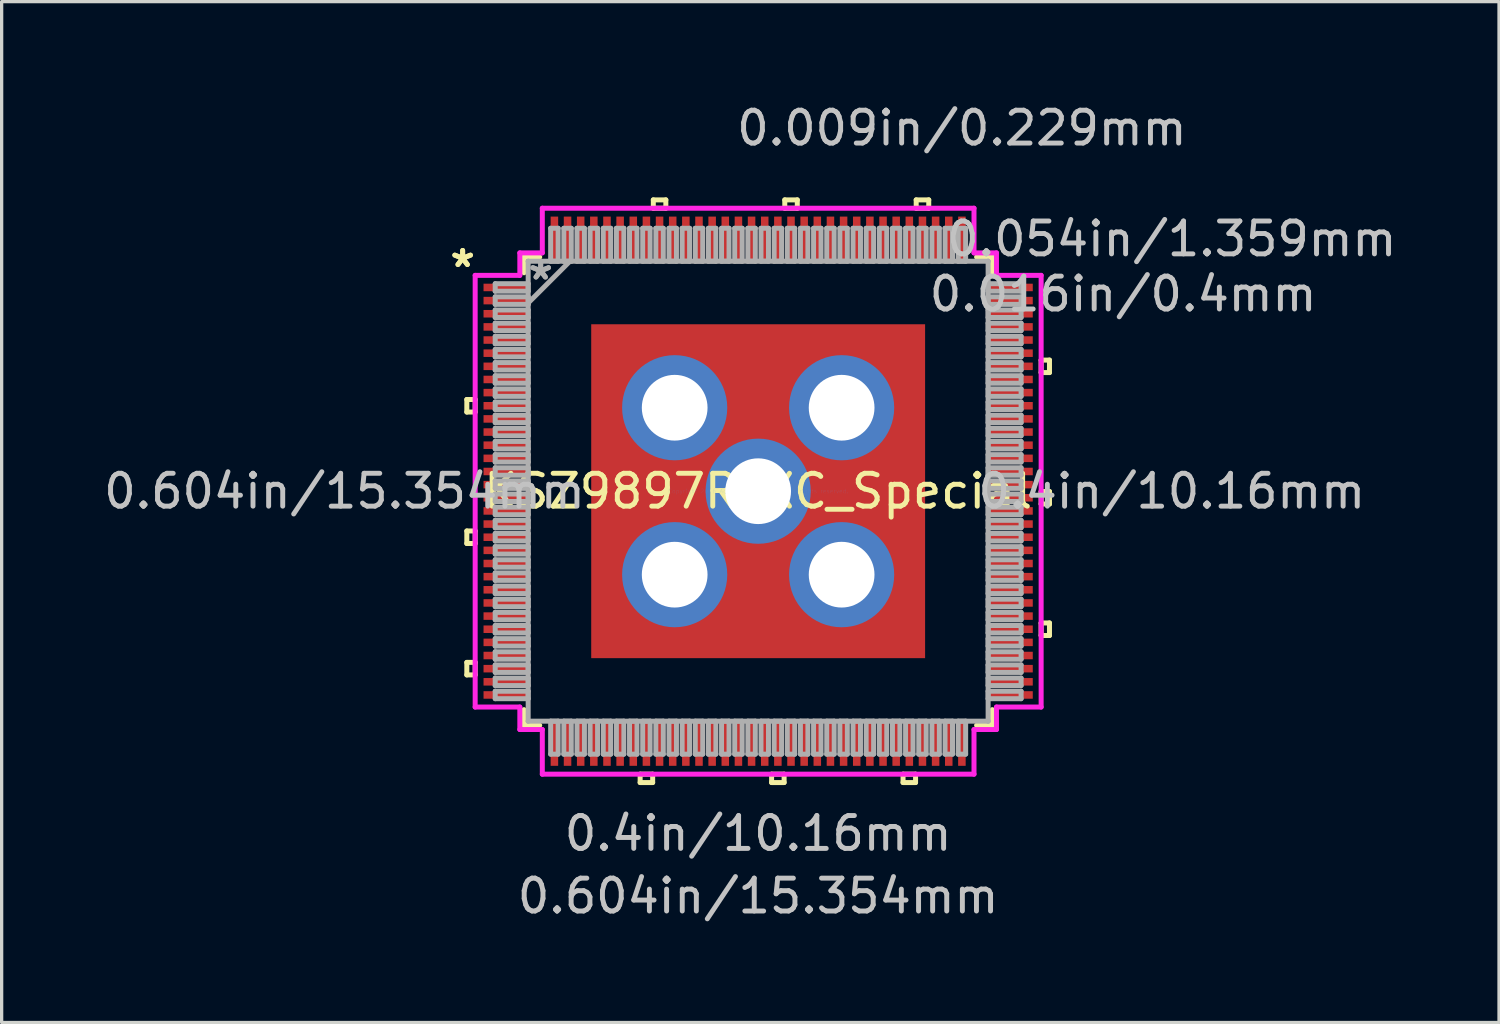
<source format=kicad_pcb>
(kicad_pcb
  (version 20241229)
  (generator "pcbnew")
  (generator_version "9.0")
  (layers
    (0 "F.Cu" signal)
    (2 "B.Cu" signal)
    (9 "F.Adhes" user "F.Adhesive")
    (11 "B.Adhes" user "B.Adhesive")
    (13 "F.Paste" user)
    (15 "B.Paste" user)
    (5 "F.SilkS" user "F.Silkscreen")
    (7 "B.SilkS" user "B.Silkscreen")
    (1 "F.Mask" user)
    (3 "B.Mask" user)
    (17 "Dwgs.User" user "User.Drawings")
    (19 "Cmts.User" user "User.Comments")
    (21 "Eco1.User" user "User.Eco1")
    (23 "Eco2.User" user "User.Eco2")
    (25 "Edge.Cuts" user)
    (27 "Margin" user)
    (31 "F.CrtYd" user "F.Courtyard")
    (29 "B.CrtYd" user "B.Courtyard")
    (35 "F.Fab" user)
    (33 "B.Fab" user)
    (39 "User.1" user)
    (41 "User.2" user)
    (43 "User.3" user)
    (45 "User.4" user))
  (footprint "KSZ9897RTXC_Special"
    (layer "F.Cu")
    (at 20.02 11.897)
    (property "Reference" "KSZ9897RTXC_Special" (at 0 0 0) (layer "F.SilkS") (effects (font (size 1 1) (thickness 0.15))))
    (fp_line (start -8.865 -2.791) (end -8.865 -2.409) (stroke (width 0.152) (type solid)) (layer "F.SilkS"))
    (fp_line (start -8.865 -2.409) (end -8.611 -2.409) (stroke (width 0.152) (type solid)) (layer "F.SilkS"))
    (fp_line (start -8.865 1.21) (end -8.865 1.591) (stroke (width 0.152) (type solid)) (layer "F.SilkS"))
    (fp_line (start -8.865 1.591) (end -8.611 1.591) (stroke (width 0.152) (type solid)) (layer "F.SilkS"))
    (fp_line (start -8.865 5.209) (end -8.865 5.59) (stroke (width 0.152) (type solid)) (layer "F.SilkS"))
    (fp_line (start -8.865 5.59) (end -8.611 5.59) (stroke (width 0.152) (type solid)) (layer "F.SilkS"))
    (fp_line (start -8.611 -2.791) (end -8.865 -2.791) (stroke (width 0.152) (type solid)) (layer "F.SilkS"))
    (fp_line (start -8.611 -2.409) (end -8.611 -2.791) (stroke (width 0.152) (type solid)) (layer "F.SilkS"))
    (fp_line (start -8.611 1.21) (end -8.865 1.21) (stroke (width 0.152) (type solid)) (layer "F.SilkS"))
    (fp_line (start -8.611 1.591) (end -8.611 1.21) (stroke (width 0.152) (type solid)) (layer "F.SilkS"))
    (fp_line (start -8.611 5.209) (end -8.865 5.209) (stroke (width 0.152) (type solid)) (layer "F.SilkS"))
    (fp_line (start -8.611 5.59) (end -8.611 5.209) (stroke (width 0.152) (type solid)) (layer "F.SilkS"))
    (fp_line (start -7.125 -7.125) (end -7.125 -6.647) (stroke (width 0.152) (type solid)) (layer "F.SilkS"))
    (fp_line (start -7.125 6.647) (end -7.125 7.125) (stroke (width 0.152) (type solid)) (layer "F.SilkS"))
    (fp_line (start -7.125 7.125) (end -6.647 7.125) (stroke (width 0.152) (type solid)) (layer "F.SilkS"))
    (fp_line (start -6.647 -7.125) (end -7.125 -7.125) (stroke (width 0.152) (type solid)) (layer "F.SilkS"))
    (fp_line (start -3.591 8.611) (end -3.591 8.865) (stroke (width 0.152) (type solid)) (layer "F.SilkS"))
    (fp_line (start -3.591 8.865) (end -3.21 8.865) (stroke (width 0.152) (type solid)) (layer "F.SilkS"))
    (fp_line (start -3.21 8.611) (end -3.591 8.611) (stroke (width 0.152) (type solid)) (layer "F.SilkS"))
    (fp_line (start -3.21 8.865) (end -3.21 8.611) (stroke (width 0.152) (type solid)) (layer "F.SilkS"))
    (fp_line (start -3.19 -8.865) (end -2.809 -8.865) (stroke (width 0.152) (type solid)) (layer "F.SilkS"))
    (fp_line (start -3.19 -8.611) (end -3.19 -8.865) (stroke (width 0.152) (type solid)) (layer "F.SilkS"))
    (fp_line (start -2.809 -8.865) (end -2.809 -8.611) (stroke (width 0.152) (type solid)) (layer "F.SilkS"))
    (fp_line (start -2.809 -8.611) (end -3.19 -8.611) (stroke (width 0.152) (type solid)) (layer "F.SilkS"))
    (fp_line (start 0.409 8.611) (end 0.409 8.865) (stroke (width 0.152) (type solid)) (layer "F.SilkS"))
    (fp_line (start 0.409 8.865) (end 0.79 8.865) (stroke (width 0.152) (type solid)) (layer "F.SilkS"))
    (fp_line (start 0.79 8.611) (end 0.409 8.611) (stroke (width 0.152) (type solid)) (layer "F.SilkS"))
    (fp_line (start 0.79 8.865) (end 0.79 8.611) (stroke (width 0.152) (type solid)) (layer "F.SilkS"))
    (fp_line (start 0.81 -8.865) (end 1.191 -8.865) (stroke (width 0.152) (type solid)) (layer "F.SilkS"))
    (fp_line (start 0.81 -8.611) (end 0.81 -8.865) (stroke (width 0.152) (type solid)) (layer "F.SilkS"))
    (fp_line (start 1.191 -8.865) (end 1.191 -8.611) (stroke (width 0.152) (type solid)) (layer "F.SilkS"))
    (fp_line (start 1.191 -8.611) (end 0.81 -8.611) (stroke (width 0.152) (type solid)) (layer "F.SilkS"))
    (fp_line (start 4.409 8.611) (end 4.409 8.865) (stroke (width 0.152) (type solid)) (layer "F.SilkS"))
    (fp_line (start 4.409 8.865) (end 4.79 8.865) (stroke (width 0.152) (type solid)) (layer "F.SilkS"))
    (fp_line (start 4.79 8.611) (end 4.409 8.611) (stroke (width 0.152) (type solid)) (layer "F.SilkS"))
    (fp_line (start 4.79 8.865) (end 4.79 8.611) (stroke (width 0.152) (type solid)) (layer "F.SilkS"))
    (fp_line (start 4.809 -8.865) (end 5.191 -8.865) (stroke (width 0.152) (type solid)) (layer "F.SilkS"))
    (fp_line (start 4.809 -8.611) (end 4.809 -8.865) (stroke (width 0.152) (type solid)) (layer "F.SilkS"))
    (fp_line (start 5.191 -8.865) (end 5.191 -8.611) (stroke (width 0.152) (type solid)) (layer "F.SilkS"))
    (fp_line (start 5.191 -8.611) (end 4.809 -8.611) (stroke (width 0.152) (type solid)) (layer "F.SilkS"))
    (fp_line (start 6.647 7.125) (end 7.125 7.125) (stroke (width 0.152) (type solid)) (layer "F.SilkS"))
    (fp_line (start 7.125 -7.125) (end 6.647 -7.125) (stroke (width 0.152) (type solid)) (layer "F.SilkS"))
    (fp_line (start 7.125 -6.647) (end 7.125 -7.125) (stroke (width 0.152) (type solid)) (layer "F.SilkS"))
    (fp_line (start 7.125 7.125) (end 7.125 6.647) (stroke (width 0.152) (type solid)) (layer "F.SilkS"))
    (fp_line (start 8.611 -3.99) (end 8.865 -3.99) (stroke (width 0.152) (type solid)) (layer "F.SilkS"))
    (fp_line (start 8.611 -3.61) (end 8.611 -3.99) (stroke (width 0.152) (type solid)) (layer "F.SilkS"))
    (fp_line (start 8.611 0.009) (end 8.865 0.009) (stroke (width 0.152) (type solid)) (layer "F.SilkS"))
    (fp_line (start 8.611 0.391) (end 8.611 0.009) (stroke (width 0.152) (type solid)) (layer "F.SilkS"))
    (fp_line (start 8.611 4.009) (end 8.865 4.009) (stroke (width 0.152) (type solid)) (layer "F.SilkS"))
    (fp_line (start 8.611 4.39) (end 8.611 4.009) (stroke (width 0.152) (type solid)) (layer "F.SilkS"))
    (fp_line (start 8.865 -3.99) (end 8.865 -3.61) (stroke (width 0.152) (type solid)) (layer "F.SilkS"))
    (fp_line (start 8.865 -3.61) (end 8.611 -3.61) (stroke (width 0.152) (type solid)) (layer "F.SilkS"))
    (fp_line (start 8.865 0.009) (end 8.865 0.391) (stroke (width 0.152) (type solid)) (layer "F.SilkS"))
    (fp_line (start 8.865 0.391) (end 8.611 0.391) (stroke (width 0.152) (type solid)) (layer "F.SilkS"))
    (fp_line (start 8.865 4.009) (end 8.865 4.39) (stroke (width 0.152) (type solid)) (layer "F.SilkS"))
    (fp_line (start 8.865 4.39) (end 8.611 4.39) (stroke (width 0.152) (type solid)) (layer "F.SilkS"))
    (fp_line (start -4.98 -4.98) (end -4.98 -3.91) (stroke (width 0.152) (type solid)) (layer "F.Paste"))
    (fp_line (start -4.98 -3.91) (end -3.91 -3.91) (stroke (width 0.152) (type solid)) (layer "F.Paste"))
    (fp_line (start -4.98 -3.71) (end -4.98 -2.64) (stroke (width 0.152) (type solid)) (layer "F.Paste"))
    (fp_line (start -4.98 -2.64) (end -3.91 -2.64) (stroke (width 0.152) (type solid)) (layer "F.Paste"))
    (fp_line (start -4.98 -2.44) (end -4.98 -1.37) (stroke (width 0.152) (type solid)) (layer "F.Paste"))
    (fp_line (start -4.98 -1.37) (end -3.91 -1.37) (stroke (width 0.152) (type solid)) (layer "F.Paste"))
    (fp_line (start -4.98 -1.17) (end -4.98 -0.1) (stroke (width 0.152) (type solid)) (layer "F.Paste"))
    (fp_line (start -4.98 -0.1) (end -3.91 -0.1) (stroke (width 0.152) (type solid)) (layer "F.Paste"))
    (fp_line (start -4.98 0.1) (end -4.98 1.17) (stroke (width 0.152) (type solid)) (layer "F.Paste"))
    (fp_line (start -4.98 1.17) (end -3.91 1.17) (stroke (width 0.152) (type solid)) (layer "F.Paste"))
    (fp_line (start -4.98 1.37) (end -4.98 2.44) (stroke (width 0.152) (type solid)) (layer "F.Paste"))
    (fp_line (start -4.98 2.44) (end -3.91 2.44) (stroke (width 0.152) (type solid)) (layer "F.Paste"))
    (fp_line (start -4.98 2.64) (end -4.98 3.71) (stroke (width 0.152) (type solid)) (layer "F.Paste"))
    (fp_line (start -4.98 3.71) (end -3.91 3.71) (stroke (width 0.152) (type solid)) (layer "F.Paste"))
    (fp_line (start -4.98 3.91) (end -4.98 4.98) (stroke (width 0.152) (type solid)) (layer "F.Paste"))
    (fp_line (start -4.98 4.98) (end -3.91 4.98) (stroke (width 0.152) (type solid)) (layer "F.Paste"))
    (fp_line (start -3.91 -4.98) (end -4.98 -4.98) (stroke (width 0.152) (type solid)) (layer "F.Paste"))
    (fp_line (start -3.91 -3.91) (end -3.91 -4.98) (stroke (width 0.152) (type solid)) (layer "F.Paste"))
    (fp_line (start -3.91 -3.71) (end -4.98 -3.71) (stroke (width 0.152) (type solid)) (layer "F.Paste"))
    (fp_line (start -3.91 -2.64) (end -3.91 -3.71) (stroke (width 0.152) (type solid)) (layer "F.Paste"))
    (fp_line (start -3.91 -2.44) (end -4.98 -2.44) (stroke (width 0.152) (type solid)) (layer "F.Paste"))
    (fp_line (start -3.91 -1.37) (end -3.91 -2.44) (stroke (width 0.152) (type solid)) (layer "F.Paste"))
    (fp_line (start -3.91 -1.17) (end -4.98 -1.17) (stroke (width 0.152) (type solid)) (layer "F.Paste"))
    (fp_line (start -3.91 -0.1) (end -3.91 -1.17) (stroke (width 0.152) (type solid)) (layer "F.Paste"))
    (fp_line (start -3.91 0.1) (end -4.98 0.1) (stroke (width 0.152) (type solid)) (layer "F.Paste"))
    (fp_line (start -3.91 1.17) (end -3.91 0.1) (stroke (width 0.152) (type solid)) (layer "F.Paste"))
    (fp_line (start -3.91 1.37) (end -4.98 1.37) (stroke (width 0.152) (type solid)) (layer "F.Paste"))
    (fp_line (start -3.91 2.44) (end -3.91 1.37) (stroke (width 0.152) (type solid)) (layer "F.Paste"))
    (fp_line (start -3.91 2.64) (end -4.98 2.64) (stroke (width 0.152) (type solid)) (layer "F.Paste"))
    (fp_line (start -3.91 3.71) (end -3.91 2.64) (stroke (width 0.152) (type solid)) (layer "F.Paste"))
    (fp_line (start -3.91 3.91) (end -4.98 3.91) (stroke (width 0.152) (type solid)) (layer "F.Paste"))
    (fp_line (start -3.91 4.98) (end -3.91 3.91) (stroke (width 0.152) (type solid)) (layer "F.Paste"))
    (fp_line (start -3.71 -4.98) (end -3.71 -3.91) (stroke (width 0.152) (type solid)) (layer "F.Paste"))
    (fp_line (start -3.71 -3.91) (end -2.64 -3.91) (stroke (width 0.152) (type solid)) (layer "F.Paste"))
    (fp_line (start -3.71 -3.71) (end -3.71 -2.64) (stroke (width 0.152) (type solid)) (layer "F.Paste"))
    (fp_line (start -3.71 -2.64) (end -2.64 -2.64) (stroke (width 0.152) (type solid)) (layer "F.Paste"))
    (fp_line (start -3.71 -2.44) (end -3.71 -1.37) (stroke (width 0.152) (type solid)) (layer "F.Paste"))
    (fp_line (start -3.71 -1.37) (end -2.64 -1.37) (stroke (width 0.152) (type solid)) (layer "F.Paste"))
    (fp_line (start -3.71 -1.17) (end -3.71 -0.1) (stroke (width 0.152) (type solid)) (layer "F.Paste"))
    (fp_line (start -3.71 -0.1) (end -2.64 -0.1) (stroke (width 0.152) (type solid)) (layer "F.Paste"))
    (fp_line (start -3.71 0.1) (end -3.71 1.17) (stroke (width 0.152) (type solid)) (layer "F.Paste"))
    (fp_line (start -3.71 1.17) (end -2.64 1.17) (stroke (width 0.152) (type solid)) (layer "F.Paste"))
    (fp_line (start -3.71 1.37) (end -3.71 2.44) (stroke (width 0.152) (type solid)) (layer "F.Paste"))
    (fp_line (start -3.71 2.44) (end -2.64 2.44) (stroke (width 0.152) (type solid)) (layer "F.Paste"))
    (fp_line (start -3.71 2.64) (end -3.71 3.71) (stroke (width 0.152) (type solid)) (layer "F.Paste"))
    (fp_line (start -3.71 3.71) (end -2.64 3.71) (stroke (width 0.152) (type solid)) (layer "F.Paste"))
    (fp_line (start -3.71 3.91) (end -3.71 4.98) (stroke (width 0.152) (type solid)) (layer "F.Paste"))
    (fp_line (start -3.71 4.98) (end -2.64 4.98) (stroke (width 0.152) (type solid)) (layer "F.Paste"))
    (fp_line (start -2.64 -4.98) (end -3.71 -4.98) (stroke (width 0.152) (type solid)) (layer "F.Paste"))
    (fp_line (start -2.64 -3.91) (end -2.64 -4.98) (stroke (width 0.152) (type solid)) (layer "F.Paste"))
    (fp_line (start -2.64 -3.71) (end -3.71 -3.71) (stroke (width 0.152) (type solid)) (layer "F.Paste"))
    (fp_line (start -2.64 -2.64) (end -2.64 -3.71) (stroke (width 0.152) (type solid)) (layer "F.Paste"))
    (fp_line (start -2.64 -2.44) (end -3.71 -2.44) (stroke (width 0.152) (type solid)) (layer "F.Paste"))
    (fp_line (start -2.64 -1.37) (end -2.64 -2.44) (stroke (width 0.152) (type solid)) (layer "F.Paste"))
    (fp_line (start -2.64 -1.17) (end -3.71 -1.17) (stroke (width 0.152) (type solid)) (layer "F.Paste"))
    (fp_line (start -2.64 -0.1) (end -2.64 -1.17) (stroke (width 0.152) (type solid)) (layer "F.Paste"))
    (fp_line (start -2.64 0.1) (end -3.71 0.1) (stroke (width 0.152) (type solid)) (layer "F.Paste"))
    (fp_line (start -2.64 1.17) (end -2.64 0.1) (stroke (width 0.152) (type solid)) (layer "F.Paste"))
    (fp_line (start -2.64 1.37) (end -3.71 1.37) (stroke (width 0.152) (type solid)) (layer "F.Paste"))
    (fp_line (start -2.64 2.44) (end -2.64 1.37) (stroke (width 0.152) (type solid)) (layer "F.Paste"))
    (fp_line (start -2.64 2.64) (end -3.71 2.64) (stroke (width 0.152) (type solid)) (layer "F.Paste"))
    (fp_line (start -2.64 3.71) (end -2.64 2.64) (stroke (width 0.152) (type solid)) (layer "F.Paste"))
    (fp_line (start -2.64 3.91) (end -3.71 3.91) (stroke (width 0.152) (type solid)) (layer "F.Paste"))
    (fp_line (start -2.64 4.98) (end -2.64 3.91) (stroke (width 0.152) (type solid)) (layer "F.Paste"))
    (fp_line (start -2.44 -4.98) (end -2.44 -3.91) (stroke (width 0.152) (type solid)) (layer "F.Paste"))
    (fp_line (start -2.44 -3.91) (end -1.37 -3.91) (stroke (width 0.152) (type solid)) (layer "F.Paste"))
    (fp_line (start -2.44 -3.71) (end -2.44 -2.64) (stroke (width 0.152) (type solid)) (layer "F.Paste"))
    (fp_line (start -2.44 -2.64) (end -1.37 -2.64) (stroke (width 0.152) (type solid)) (layer "F.Paste"))
    (fp_line (start -2.44 -2.44) (end -2.44 -1.37) (stroke (width 0.152) (type solid)) (layer "F.Paste"))
    (fp_line (start -2.44 -1.37) (end -1.37 -1.37) (stroke (width 0.152) (type solid)) (layer "F.Paste"))
    (fp_line (start -2.44 -1.17) (end -2.44 -0.1) (stroke (width 0.152) (type solid)) (layer "F.Paste"))
    (fp_line (start -2.44 -0.1) (end -1.37 -0.1) (stroke (width 0.152) (type solid)) (layer "F.Paste"))
    (fp_line (start -2.44 0.1) (end -2.44 1.17) (stroke (width 0.152) (type solid)) (layer "F.Paste"))
    (fp_line (start -2.44 1.17) (end -1.37 1.17) (stroke (width 0.152) (type solid)) (layer "F.Paste"))
    (fp_line (start -2.44 1.37) (end -2.44 2.44) (stroke (width 0.152) (type solid)) (layer "F.Paste"))
    (fp_line (start -2.44 2.44) (end -1.37 2.44) (stroke (width 0.152) (type solid)) (layer "F.Paste"))
    (fp_line (start -2.44 2.64) (end -2.44 3.71) (stroke (width 0.152) (type solid)) (layer "F.Paste"))
    (fp_line (start -2.44 3.71) (end -1.37 3.71) (stroke (width 0.152) (type solid)) (layer "F.Paste"))
    (fp_line (start -2.44 3.91) (end -2.44 4.98) (stroke (width 0.152) (type solid)) (layer "F.Paste"))
    (fp_line (start -2.44 4.98) (end -1.37 4.98) (stroke (width 0.152) (type solid)) (layer "F.Paste"))
    (fp_line (start -1.37 -4.98) (end -2.44 -4.98) (stroke (width 0.152) (type solid)) (layer "F.Paste"))
    (fp_line (start -1.37 -3.91) (end -1.37 -4.98) (stroke (width 0.152) (type solid)) (layer "F.Paste"))
    (fp_line (start -1.37 -3.71) (end -2.44 -3.71) (stroke (width 0.152) (type solid)) (layer "F.Paste"))
    (fp_line (start -1.37 -2.64) (end -1.37 -3.71) (stroke (width 0.152) (type solid)) (layer "F.Paste"))
    (fp_line (start -1.37 -2.44) (end -2.44 -2.44) (stroke (width 0.152) (type solid)) (layer "F.Paste"))
    (fp_line (start -1.37 -1.37) (end -1.37 -2.44) (stroke (width 0.152) (type solid)) (layer "F.Paste"))
    (fp_line (start -1.37 -1.17) (end -2.44 -1.17) (stroke (width 0.152) (type solid)) (layer "F.Paste"))
    (fp_line (start -1.37 -0.1) (end -1.37 -1.17) (stroke (width 0.152) (type solid)) (layer "F.Paste"))
    (fp_line (start -1.37 0.1) (end -2.44 0.1) (stroke (width 0.152) (type solid)) (layer "F.Paste"))
    (fp_line (start -1.37 1.17) (end -1.37 0.1) (stroke (width 0.152) (type solid)) (layer "F.Paste"))
    (fp_line (start -1.37 1.37) (end -2.44 1.37) (stroke (width 0.152) (type solid)) (layer "F.Paste"))
    (fp_line (start -1.37 2.44) (end -1.37 1.37) (stroke (width 0.152) (type solid)) (layer "F.Paste"))
    (fp_line (start -1.37 2.64) (end -2.44 2.64) (stroke (width 0.152) (type solid)) (layer "F.Paste"))
    (fp_line (start -1.37 3.71) (end -1.37 2.64) (stroke (width 0.152) (type solid)) (layer "F.Paste"))
    (fp_line (start -1.37 3.91) (end -2.44 3.91) (stroke (width 0.152) (type solid)) (layer "F.Paste"))
    (fp_line (start -1.37 4.98) (end -1.37 3.91) (stroke (width 0.152) (type solid)) (layer "F.Paste"))
    (fp_line (start -1.17 -4.98) (end -1.17 -3.91) (stroke (width 0.152) (type solid)) (layer "F.Paste"))
    (fp_line (start -1.17 -3.91) (end -0.1 -3.91) (stroke (width 0.152) (type solid)) (layer "F.Paste"))
    (fp_line (start -1.17 -3.71) (end -1.17 -2.64) (stroke (width 0.152) (type solid)) (layer "F.Paste"))
    (fp_line (start -1.17 -2.64) (end -0.1 -2.64) (stroke (width 0.152) (type solid)) (layer "F.Paste"))
    (fp_line (start -1.17 -2.44) (end -1.17 -1.37) (stroke (width 0.152) (type solid)) (layer "F.Paste"))
    (fp_line (start -1.17 -1.37) (end -0.1 -1.37) (stroke (width 0.152) (type solid)) (layer "F.Paste"))
    (fp_line (start -1.17 -1.17) (end -1.17 -0.1) (stroke (width 0.152) (type solid)) (layer "F.Paste"))
    (fp_line (start -1.17 -0.1) (end -0.1 -0.1) (stroke (width 0.152) (type solid)) (layer "F.Paste"))
    (fp_line (start -1.17 0.1) (end -1.17 1.17) (stroke (width 0.152) (type solid)) (layer "F.Paste"))
    (fp_line (start -1.17 1.17) (end -0.1 1.17) (stroke (width 0.152) (type solid)) (layer "F.Paste"))
    (fp_line (start -1.17 1.37) (end -1.17 2.44) (stroke (width 0.152) (type solid)) (layer "F.Paste"))
    (fp_line (start -1.17 2.44) (end -0.1 2.44) (stroke (width 0.152) (type solid)) (layer "F.Paste"))
    (fp_line (start -1.17 2.64) (end -1.17 3.71) (stroke (width 0.152) (type solid)) (layer "F.Paste"))
    (fp_line (start -1.17 3.71) (end -0.1 3.71) (stroke (width 0.152) (type solid)) (layer "F.Paste"))
    (fp_line (start -1.17 3.91) (end -1.17 4.98) (stroke (width 0.152) (type solid)) (layer "F.Paste"))
    (fp_line (start -1.17 4.98) (end -0.1 4.98) (stroke (width 0.152) (type solid)) (layer "F.Paste"))
    (fp_line (start -0.1 -4.98) (end -1.17 -4.98) (stroke (width 0.152) (type solid)) (layer "F.Paste"))
    (fp_line (start -0.1 -3.91) (end -0.1 -4.98) (stroke (width 0.152) (type solid)) (layer "F.Paste"))
    (fp_line (start -0.1 -3.71) (end -1.17 -3.71) (stroke (width 0.152) (type solid)) (layer "F.Paste"))
    (fp_line (start -0.1 -2.64) (end -0.1 -3.71) (stroke (width 0.152) (type solid)) (layer "F.Paste"))
    (fp_line (start -0.1 -2.44) (end -1.17 -2.44) (stroke (width 0.152) (type solid)) (layer "F.Paste"))
    (fp_line (start -0.1 -1.37) (end -0.1 -2.44) (stroke (width 0.152) (type solid)) (layer "F.Paste"))
    (fp_line (start -0.1 -1.17) (end -1.17 -1.17) (stroke (width 0.152) (type solid)) (layer "F.Paste"))
    (fp_line (start -0.1 -0.1) (end -0.1 -1.17) (stroke (width 0.152) (type solid)) (layer "F.Paste"))
    (fp_line (start -0.1 0.1) (end -1.17 0.1) (stroke (width 0.152) (type solid)) (layer "F.Paste"))
    (fp_line (start -0.1 1.17) (end -0.1 0.1) (stroke (width 0.152) (type solid)) (layer "F.Paste"))
    (fp_line (start -0.1 1.37) (end -1.17 1.37) (stroke (width 0.152) (type solid)) (layer "F.Paste"))
    (fp_line (start -0.1 2.44) (end -0.1 1.37) (stroke (width 0.152) (type solid)) (layer "F.Paste"))
    (fp_line (start -0.1 2.64) (end -1.17 2.64) (stroke (width 0.152) (type solid)) (layer "F.Paste"))
    (fp_line (start -0.1 3.71) (end -0.1 2.64) (stroke (width 0.152) (type solid)) (layer "F.Paste"))
    (fp_line (start -0.1 3.91) (end -1.17 3.91) (stroke (width 0.152) (type solid)) (layer "F.Paste"))
    (fp_line (start -0.1 4.98) (end -0.1 3.91) (stroke (width 0.152) (type solid)) (layer "F.Paste"))
    (fp_line (start 0.1 -4.98) (end 0.1 -3.91) (stroke (width 0.152) (type solid)) (layer "F.Paste"))
    (fp_line (start 0.1 -3.91) (end 1.17 -3.91) (stroke (width 0.152) (type solid)) (layer "F.Paste"))
    (fp_line (start 0.1 -3.71) (end 0.1 -2.64) (stroke (width 0.152) (type solid)) (layer "F.Paste"))
    (fp_line (start 0.1 -2.64) (end 1.17 -2.64) (stroke (width 0.152) (type solid)) (layer "F.Paste"))
    (fp_line (start 0.1 -2.44) (end 0.1 -1.37) (stroke (width 0.152) (type solid)) (layer "F.Paste"))
    (fp_line (start 0.1 -1.37) (end 1.17 -1.37) (stroke (width 0.152) (type solid)) (layer "F.Paste"))
    (fp_line (start 0.1 -1.17) (end 0.1 -0.1) (stroke (width 0.152) (type solid)) (layer "F.Paste"))
    (fp_line (start 0.1 -0.1) (end 1.17 -0.1) (stroke (width 0.152) (type solid)) (layer "F.Paste"))
    (fp_line (start 0.1 0.1) (end 0.1 1.17) (stroke (width 0.152) (type solid)) (layer "F.Paste"))
    (fp_line (start 0.1 1.17) (end 1.17 1.17) (stroke (width 0.152) (type solid)) (layer "F.Paste"))
    (fp_line (start 0.1 1.37) (end 0.1 2.44) (stroke (width 0.152) (type solid)) (layer "F.Paste"))
    (fp_line (start 0.1 2.44) (end 1.17 2.44) (stroke (width 0.152) (type solid)) (layer "F.Paste"))
    (fp_line (start 0.1 2.64) (end 0.1 3.71) (stroke (width 0.152) (type solid)) (layer "F.Paste"))
    (fp_line (start 0.1 3.71) (end 1.17 3.71) (stroke (width 0.152) (type solid)) (layer "F.Paste"))
    (fp_line (start 0.1 3.91) (end 0.1 4.98) (stroke (width 0.152) (type solid)) (layer "F.Paste"))
    (fp_line (start 0.1 4.98) (end 1.17 4.98) (stroke (width 0.152) (type solid)) (layer "F.Paste"))
    (fp_line (start 1.17 -4.98) (end 0.1 -4.98) (stroke (width 0.152) (type solid)) (layer "F.Paste"))
    (fp_line (start 1.17 -3.91) (end 1.17 -4.98) (stroke (width 0.152) (type solid)) (layer "F.Paste"))
    (fp_line (start 1.17 -3.71) (end 0.1 -3.71) (stroke (width 0.152) (type solid)) (layer "F.Paste"))
    (fp_line (start 1.17 -2.64) (end 1.17 -3.71) (stroke (width 0.152) (type solid)) (layer "F.Paste"))
    (fp_line (start 1.17 -2.44) (end 0.1 -2.44) (stroke (width 0.152) (type solid)) (layer "F.Paste"))
    (fp_line (start 1.17 -1.37) (end 1.17 -2.44) (stroke (width 0.152) (type solid)) (layer "F.Paste"))
    (fp_line (start 1.17 -1.17) (end 0.1 -1.17) (stroke (width 0.152) (type solid)) (layer "F.Paste"))
    (fp_line (start 1.17 -0.1) (end 1.17 -1.17) (stroke (width 0.152) (type solid)) (layer "F.Paste"))
    (fp_line (start 1.17 0.1) (end 0.1 0.1) (stroke (width 0.152) (type solid)) (layer "F.Paste"))
    (fp_line (start 1.17 1.17) (end 1.17 0.1) (stroke (width 0.152) (type solid)) (layer "F.Paste"))
    (fp_line (start 1.17 1.37) (end 0.1 1.37) (stroke (width 0.152) (type solid)) (layer "F.Paste"))
    (fp_line (start 1.17 2.44) (end 1.17 1.37) (stroke (width 0.152) (type solid)) (layer "F.Paste"))
    (fp_line (start 1.17 2.64) (end 0.1 2.64) (stroke (width 0.152) (type solid)) (layer "F.Paste"))
    (fp_line (start 1.17 3.71) (end 1.17 2.64) (stroke (width 0.152) (type solid)) (layer "F.Paste"))
    (fp_line (start 1.17 3.91) (end 0.1 3.91) (stroke (width 0.152) (type solid)) (layer "F.Paste"))
    (fp_line (start 1.17 4.98) (end 1.17 3.91) (stroke (width 0.152) (type solid)) (layer "F.Paste"))
    (fp_line (start 1.37 -4.98) (end 1.37 -3.91) (stroke (width 0.152) (type solid)) (layer "F.Paste"))
    (fp_line (start 1.37 -3.91) (end 2.44 -3.91) (stroke (width 0.152) (type solid)) (layer "F.Paste"))
    (fp_line (start 1.37 -3.71) (end 1.37 -2.64) (stroke (width 0.152) (type solid)) (layer "F.Paste"))
    (fp_line (start 1.37 -2.64) (end 2.44 -2.64) (stroke (width 0.152) (type solid)) (layer "F.Paste"))
    (fp_line (start 1.37 -2.44) (end 1.37 -1.37) (stroke (width 0.152) (type solid)) (layer "F.Paste"))
    (fp_line (start 1.37 -1.37) (end 2.44 -1.37) (stroke (width 0.152) (type solid)) (layer "F.Paste"))
    (fp_line (start 1.37 -1.17) (end 1.37 -0.1) (stroke (width 0.152) (type solid)) (layer "F.Paste"))
    (fp_line (start 1.37 -0.1) (end 2.44 -0.1) (stroke (width 0.152) (type solid)) (layer "F.Paste"))
    (fp_line (start 1.37 0.1) (end 1.37 1.17) (stroke (width 0.152) (type solid)) (layer "F.Paste"))
    (fp_line (start 1.37 1.17) (end 2.44 1.17) (stroke (width 0.152) (type solid)) (layer "F.Paste"))
    (fp_line (start 1.37 1.37) (end 1.37 2.44) (stroke (width 0.152) (type solid)) (layer "F.Paste"))
    (fp_line (start 1.37 2.44) (end 2.44 2.44) (stroke (width 0.152) (type solid)) (layer "F.Paste"))
    (fp_line (start 1.37 2.64) (end 1.37 3.71) (stroke (width 0.152) (type solid)) (layer "F.Paste"))
    (fp_line (start 1.37 3.71) (end 2.44 3.71) (stroke (width 0.152) (type solid)) (layer "F.Paste"))
    (fp_line (start 1.37 3.91) (end 1.37 4.98) (stroke (width 0.152) (type solid)) (layer "F.Paste"))
    (fp_line (start 1.37 4.98) (end 2.44 4.98) (stroke (width 0.152) (type solid)) (layer "F.Paste"))
    (fp_line (start 2.44 -4.98) (end 1.37 -4.98) (stroke (width 0.152) (type solid)) (layer "F.Paste"))
    (fp_line (start 2.44 -3.91) (end 2.44 -4.98) (stroke (width 0.152) (type solid)) (layer "F.Paste"))
    (fp_line (start 2.44 -3.71) (end 1.37 -3.71) (stroke (width 0.152) (type solid)) (layer "F.Paste"))
    (fp_line (start 2.44 -2.64) (end 2.44 -3.71) (stroke (width 0.152) (type solid)) (layer "F.Paste"))
    (fp_line (start 2.44 -2.44) (end 1.37 -2.44) (stroke (width 0.152) (type solid)) (layer "F.Paste"))
    (fp_line (start 2.44 -1.37) (end 2.44 -2.44) (stroke (width 0.152) (type solid)) (layer "F.Paste"))
    (fp_line (start 2.44 -1.17) (end 1.37 -1.17) (stroke (width 0.152) (type solid)) (layer "F.Paste"))
    (fp_line (start 2.44 -0.1) (end 2.44 -1.17) (stroke (width 0.152) (type solid)) (layer "F.Paste"))
    (fp_line (start 2.44 0.1) (end 1.37 0.1) (stroke (width 0.152) (type solid)) (layer "F.Paste"))
    (fp_line (start 2.44 1.17) (end 2.44 0.1) (stroke (width 0.152) (type solid)) (layer "F.Paste"))
    (fp_line (start 2.44 1.37) (end 1.37 1.37) (stroke (width 0.152) (type solid)) (layer "F.Paste"))
    (fp_line (start 2.44 2.44) (end 2.44 1.37) (stroke (width 0.152) (type solid)) (layer "F.Paste"))
    (fp_line (start 2.44 2.64) (end 1.37 2.64) (stroke (width 0.152) (type solid)) (layer "F.Paste"))
    (fp_line (start 2.44 3.71) (end 2.44 2.64) (stroke (width 0.152) (type solid)) (layer "F.Paste"))
    (fp_line (start 2.44 3.91) (end 1.37 3.91) (stroke (width 0.152) (type solid)) (layer "F.Paste"))
    (fp_line (start 2.44 4.98) (end 2.44 3.91) (stroke (width 0.152) (type solid)) (layer "F.Paste"))
    (fp_line (start 2.64 -4.98) (end 2.64 -3.91) (stroke (width 0.152) (type solid)) (layer "F.Paste"))
    (fp_line (start 2.64 -3.91) (end 3.71 -3.91) (stroke (width 0.152) (type solid)) (layer "F.Paste"))
    (fp_line (start 2.64 -3.71) (end 2.64 -2.64) (stroke (width 0.152) (type solid)) (layer "F.Paste"))
    (fp_line (start 2.64 -2.64) (end 3.71 -2.64) (stroke (width 0.152) (type solid)) (layer "F.Paste"))
    (fp_line (start 2.64 -2.44) (end 2.64 -1.37) (stroke (width 0.152) (type solid)) (layer "F.Paste"))
    (fp_line (start 2.64 -1.37) (end 3.71 -1.37) (stroke (width 0.152) (type solid)) (layer "F.Paste"))
    (fp_line (start 2.64 -1.17) (end 2.64 -0.1) (stroke (width 0.152) (type solid)) (layer "F.Paste"))
    (fp_line (start 2.64 -0.1) (end 3.71 -0.1) (stroke (width 0.152) (type solid)) (layer "F.Paste"))
    (fp_line (start 2.64 0.1) (end 2.64 1.17) (stroke (width 0.152) (type solid)) (layer "F.Paste"))
    (fp_line (start 2.64 1.17) (end 3.71 1.17) (stroke (width 0.152) (type solid)) (layer "F.Paste"))
    (fp_line (start 2.64 1.37) (end 2.64 2.44) (stroke (width 0.152) (type solid)) (layer "F.Paste"))
    (fp_line (start 2.64 2.44) (end 3.71 2.44) (stroke (width 0.152) (type solid)) (layer "F.Paste"))
    (fp_line (start 2.64 2.64) (end 2.64 3.71) (stroke (width 0.152) (type solid)) (layer "F.Paste"))
    (fp_line (start 2.64 3.71) (end 3.71 3.71) (stroke (width 0.152) (type solid)) (layer "F.Paste"))
    (fp_line (start 2.64 3.91) (end 2.64 4.98) (stroke (width 0.152) (type solid)) (layer "F.Paste"))
    (fp_line (start 2.64 4.98) (end 3.71 4.98) (stroke (width 0.152) (type solid)) (layer "F.Paste"))
    (fp_line (start 3.71 -4.98) (end 2.64 -4.98) (stroke (width 0.152) (type solid)) (layer "F.Paste"))
    (fp_line (start 3.71 -3.91) (end 3.71 -4.98) (stroke (width 0.152) (type solid)) (layer "F.Paste"))
    (fp_line (start 3.71 -3.71) (end 2.64 -3.71) (stroke (width 0.152) (type solid)) (layer "F.Paste"))
    (fp_line (start 3.71 -2.64) (end 3.71 -3.71) (stroke (width 0.152) (type solid)) (layer "F.Paste"))
    (fp_line (start 3.71 -2.44) (end 2.64 -2.44) (stroke (width 0.152) (type solid)) (layer "F.Paste"))
    (fp_line (start 3.71 -1.37) (end 3.71 -2.44) (stroke (width 0.152) (type solid)) (layer "F.Paste"))
    (fp_line (start 3.71 -1.17) (end 2.64 -1.17) (stroke (width 0.152) (type solid)) (layer "F.Paste"))
    (fp_line (start 3.71 -0.1) (end 3.71 -1.17) (stroke (width 0.152) (type solid)) (layer "F.Paste"))
    (fp_line (start 3.71 0.1) (end 2.64 0.1) (stroke (width 0.152) (type solid)) (layer "F.Paste"))
    (fp_line (start 3.71 1.17) (end 3.71 0.1) (stroke (width 0.152) (type solid)) (layer "F.Paste"))
    (fp_line (start 3.71 1.37) (end 2.64 1.37) (stroke (width 0.152) (type solid)) (layer "F.Paste"))
    (fp_line (start 3.71 2.44) (end 3.71 1.37) (stroke (width 0.152) (type solid)) (layer "F.Paste"))
    (fp_line (start 3.71 2.64) (end 2.64 2.64) (stroke (width 0.152) (type solid)) (layer "F.Paste"))
    (fp_line (start 3.71 3.71) (end 3.71 2.64) (stroke (width 0.152) (type solid)) (layer "F.Paste"))
    (fp_line (start 3.71 3.91) (end 2.64 3.91) (stroke (width 0.152) (type solid)) (layer "F.Paste"))
    (fp_line (start 3.71 4.98) (end 3.71 3.91) (stroke (width 0.152) (type solid)) (layer "F.Paste"))
    (fp_line (start 3.91 -4.98) (end 3.91 -3.91) (stroke (width 0.152) (type solid)) (layer "F.Paste"))
    (fp_line (start 3.91 -3.91) (end 4.98 -3.91) (stroke (width 0.152) (type solid)) (layer "F.Paste"))
    (fp_line (start 3.91 -3.71) (end 3.91 -2.64) (stroke (width 0.152) (type solid)) (layer "F.Paste"))
    (fp_line (start 3.91 -2.64) (end 4.98 -2.64) (stroke (width 0.152) (type solid)) (layer "F.Paste"))
    (fp_line (start 3.91 -2.44) (end 3.91 -1.37) (stroke (width 0.152) (type solid)) (layer "F.Paste"))
    (fp_line (start 3.91 -1.37) (end 4.98 -1.37) (stroke (width 0.152) (type solid)) (layer "F.Paste"))
    (fp_line (start 3.91 -1.17) (end 3.91 -0.1) (stroke (width 0.152) (type solid)) (layer "F.Paste"))
    (fp_line (start 3.91 -0.1) (end 4.98 -0.1) (stroke (width 0.152) (type solid)) (layer "F.Paste"))
    (fp_line (start 3.91 0.1) (end 3.91 1.17) (stroke (width 0.152) (type solid)) (layer "F.Paste"))
    (fp_line (start 3.91 1.17) (end 4.98 1.17) (stroke (width 0.152) (type solid)) (layer "F.Paste"))
    (fp_line (start 3.91 1.37) (end 3.91 2.44) (stroke (width 0.152) (type solid)) (layer "F.Paste"))
    (fp_line (start 3.91 2.44) (end 4.98 2.44) (stroke (width 0.152) (type solid)) (layer "F.Paste"))
    (fp_line (start 3.91 2.64) (end 3.91 3.71) (stroke (width 0.152) (type solid)) (layer "F.Paste"))
    (fp_line (start 3.91 3.71) (end 4.98 3.71) (stroke (width 0.152) (type solid)) (layer "F.Paste"))
    (fp_line (start 3.91 3.91) (end 3.91 4.98) (stroke (width 0.152) (type solid)) (layer "F.Paste"))
    (fp_line (start 3.91 4.98) (end 4.98 4.98) (stroke (width 0.152) (type solid)) (layer "F.Paste"))
    (fp_line (start 4.98 -4.98) (end 3.91 -4.98) (stroke (width 0.152) (type solid)) (layer "F.Paste"))
    (fp_line (start 4.98 -3.91) (end 4.98 -4.98) (stroke (width 0.152) (type solid)) (layer "F.Paste"))
    (fp_line (start 4.98 -3.71) (end 3.91 -3.71) (stroke (width 0.152) (type solid)) (layer "F.Paste"))
    (fp_line (start 4.98 -2.64) (end 4.98 -3.71) (stroke (width 0.152) (type solid)) (layer "F.Paste"))
    (fp_line (start 4.98 -2.44) (end 3.91 -2.44) (stroke (width 0.152) (type solid)) (layer "F.Paste"))
    (fp_line (start 4.98 -1.37) (end 4.98 -2.44) (stroke (width 0.152) (type solid)) (layer "F.Paste"))
    (fp_line (start 4.98 -1.17) (end 3.91 -1.17) (stroke (width 0.152) (type solid)) (layer "F.Paste"))
    (fp_line (start 4.98 -0.1) (end 4.98 -1.17) (stroke (width 0.152) (type solid)) (layer "F.Paste"))
    (fp_line (start 4.98 0.1) (end 3.91 0.1) (stroke (width 0.152) (type solid)) (layer "F.Paste"))
    (fp_line (start 4.98 1.17) (end 4.98 0.1) (stroke (width 0.152) (type solid)) (layer "F.Paste"))
    (fp_line (start 4.98 1.37) (end 3.91 1.37) (stroke (width 0.152) (type solid)) (layer "F.Paste"))
    (fp_line (start 4.98 2.44) (end 4.98 1.37) (stroke (width 0.152) (type solid)) (layer "F.Paste"))
    (fp_line (start 4.98 2.64) (end 3.91 2.64) (stroke (width 0.152) (type solid)) (layer "F.Paste"))
    (fp_line (start 4.98 3.71) (end 4.98 2.64) (stroke (width 0.152) (type solid)) (layer "F.Paste"))
    (fp_line (start 4.98 3.91) (end 3.91 3.91) (stroke (width 0.152) (type solid)) (layer "F.Paste"))
    (fp_line (start 4.98 4.98) (end 4.98 3.91) (stroke (width 0.152) (type solid)) (layer "F.Paste"))
    (fp_line (start -8.611 -6.568) (end -7.252 -6.568) (stroke (width 0.152) (type solid)) (layer "F.CrtYd"))
    (fp_line (start -8.611 6.568) (end -8.611 -6.568) (stroke (width 0.152) (type solid)) (layer "F.CrtYd"))
    (fp_line (start -7.252 -7.252) (end -6.568 -7.252) (stroke (width 0.152) (type solid)) (layer "F.CrtYd"))
    (fp_line (start -7.252 -6.568) (end -7.252 -7.252) (stroke (width 0.152) (type solid)) (layer "F.CrtYd"))
    (fp_line (start -7.252 6.568) (end -8.611 6.568) (stroke (width 0.152) (type solid)) (layer "F.CrtYd"))
    (fp_line (start -7.252 7.252) (end -7.252 6.568) (stroke (width 0.152) (type solid)) (layer "F.CrtYd"))
    (fp_line (start -6.568 -8.611) (end 6.568 -8.611) (stroke (width 0.152) (type solid)) (layer "F.CrtYd"))
    (fp_line (start -6.568 -7.252) (end -6.568 -8.611) (stroke (width 0.152) (type solid)) (layer "F.CrtYd"))
    (fp_line (start -6.568 7.252) (end -7.252 7.252) (stroke (width 0.152) (type solid)) (layer "F.CrtYd"))
    (fp_line (start -6.568 8.611) (end -6.568 7.252) (stroke (width 0.152) (type solid)) (layer "F.CrtYd"))
    (fp_line (start 6.568 -8.611) (end 6.568 -7.252) (stroke (width 0.152) (type solid)) (layer "F.CrtYd"))
    (fp_line (start 6.568 -7.252) (end 7.252 -7.252) (stroke (width 0.152) (type solid)) (layer "F.CrtYd"))
    (fp_line (start 6.568 7.252) (end 6.568 8.611) (stroke (width 0.152) (type solid)) (layer "F.CrtYd"))
    (fp_line (start 6.568 8.611) (end -6.568 8.611) (stroke (width 0.152) (type solid)) (layer "F.CrtYd"))
    (fp_line (start 7.252 -7.252) (end 7.252 -6.568) (stroke (width 0.152) (type solid)) (layer "F.CrtYd"))
    (fp_line (start 7.252 -6.568) (end 8.611 -6.568) (stroke (width 0.152) (type solid)) (layer "F.CrtYd"))
    (fp_line (start 7.252 6.568) (end 7.252 7.252) (stroke (width 0.152) (type solid)) (layer "F.CrtYd"))
    (fp_line (start 7.252 7.252) (end 6.568 7.252) (stroke (width 0.152) (type solid)) (layer "F.CrtYd"))
    (fp_line (start 8.611 -6.568) (end 8.611 6.568) (stroke (width 0.152) (type solid)) (layer "F.CrtYd"))
    (fp_line (start 8.611 6.568) (end 7.252 6.568) (stroke (width 0.152) (type solid)) (layer "F.CrtYd"))
    (fp_line (start -8.001 -6.314) (end -8.001 -6.086) (stroke (width 0.152) (type solid)) (layer "F.Fab"))
    (fp_line (start -8.001 -6.086) (end -6.998 -6.086) (stroke (width 0.152) (type solid)) (layer "F.Fab"))
    (fp_line (start -8.001 -5.914) (end -8.001 -5.686) (stroke (width 0.152) (type solid)) (layer "F.Fab"))
    (fp_line (start -8.001 -5.686) (end -6.998 -5.686) (stroke (width 0.152) (type solid)) (layer "F.Fab"))
    (fp_line (start -8.001 -5.514) (end -8.001 -5.286) (stroke (width 0.152) (type solid)) (layer "F.Fab"))
    (fp_line (start -8.001 -5.286) (end -6.998 -5.286) (stroke (width 0.152) (type solid)) (layer "F.Fab"))
    (fp_line (start -8.001 -5.114) (end -8.001 -4.886) (stroke (width 0.152) (type solid)) (layer "F.Fab"))
    (fp_line (start -8.001 -4.886) (end -6.998 -4.886) (stroke (width 0.152) (type solid)) (layer "F.Fab"))
    (fp_line (start -8.001 -4.714) (end -8.001 -4.486) (stroke (width 0.152) (type solid)) (layer "F.Fab"))
    (fp_line (start -8.001 -4.486) (end -6.998 -4.486) (stroke (width 0.152) (type solid)) (layer "F.Fab"))
    (fp_line (start -8.001 -4.314) (end -8.001 -4.086) (stroke (width 0.152) (type solid)) (layer "F.Fab"))
    (fp_line (start -8.001 -4.086) (end -6.998 -4.086) (stroke (width 0.152) (type solid)) (layer "F.Fab"))
    (fp_line (start -8.001 -3.914) (end -8.001 -3.686) (stroke (width 0.152) (type solid)) (layer "F.Fab"))
    (fp_line (start -8.001 -3.686) (end -6.998 -3.686) (stroke (width 0.152) (type solid)) (layer "F.Fab"))
    (fp_line (start -8.001 -3.514) (end -8.001 -3.286) (stroke (width 0.152) (type solid)) (layer "F.Fab"))
    (fp_line (start -8.001 -3.286) (end -6.998 -3.286) (stroke (width 0.152) (type solid)) (layer "F.Fab"))
    (fp_line (start -8.001 -3.114) (end -8.001 -2.886) (stroke (width 0.152) (type solid)) (layer "F.Fab"))
    (fp_line (start -8.001 -2.886) (end -6.998 -2.886) (stroke (width 0.152) (type solid)) (layer "F.Fab"))
    (fp_line (start -8.001 -2.714) (end -8.001 -2.486) (stroke (width 0.152) (type solid)) (layer "F.Fab"))
    (fp_line (start -8.001 -2.486) (end -6.998 -2.486) (stroke (width 0.152) (type solid)) (layer "F.Fab"))
    (fp_line (start -8.001 -2.314) (end -8.001 -2.086) (stroke (width 0.152) (type solid)) (layer "F.Fab"))
    (fp_line (start -8.001 -2.086) (end -6.998 -2.086) (stroke (width 0.152) (type solid)) (layer "F.Fab"))
    (fp_line (start -8.001 -1.914) (end -8.001 -1.686) (stroke (width 0.152) (type solid)) (layer "F.Fab"))
    (fp_line (start -8.001 -1.686) (end -6.998 -1.686) (stroke (width 0.152) (type solid)) (layer "F.Fab"))
    (fp_line (start -8.001 -1.514) (end -8.001 -1.286) (stroke (width 0.152) (type solid)) (layer "F.Fab"))
    (fp_line (start -8.001 -1.286) (end -6.998 -1.286) (stroke (width 0.152) (type solid)) (layer "F.Fab"))
    (fp_line (start -8.001 -1.114) (end -8.001 -0.886) (stroke (width 0.152) (type solid)) (layer "F.Fab"))
    (fp_line (start -8.001 -0.886) (end -6.998 -0.886) (stroke (width 0.152) (type solid)) (layer "F.Fab"))
    (fp_line (start -8.001 -0.714) (end -8.001 -0.486) (stroke (width 0.152) (type solid)) (layer "F.Fab"))
    (fp_line (start -8.001 -0.486) (end -6.998 -0.486) (stroke (width 0.152) (type solid)) (layer "F.Fab"))
    (fp_line (start -8.001 -0.314) (end -8.001 -0.086) (stroke (width 0.152) (type solid)) (layer "F.Fab"))
    (fp_line (start -8.001 -0.086) (end -6.998 -0.086) (stroke (width 0.152) (type solid)) (layer "F.Fab"))
    (fp_line (start -8.001 0.086) (end -8.001 0.314) (stroke (width 0.152) (type solid)) (layer "F.Fab"))
    (fp_line (start -8.001 0.314) (end -6.998 0.314) (stroke (width 0.152) (type solid)) (layer "F.Fab"))
    (fp_line (start -8.001 0.486) (end -8.001 0.714) (stroke (width 0.152) (type solid)) (layer "F.Fab"))
    (fp_line (start -8.001 0.714) (end -6.998 0.714) (stroke (width 0.152) (type solid)) (layer "F.Fab"))
    (fp_line (start -8.001 0.886) (end -8.001 1.114) (stroke (width 0.152) (type solid)) (layer "F.Fab"))
    (fp_line (start -8.001 1.114) (end -6.998 1.114) (stroke (width 0.152) (type solid)) (layer "F.Fab"))
    (fp_line (start -8.001 1.286) (end -8.001 1.514) (stroke (width 0.152) (type solid)) (layer "F.Fab"))
    (fp_line (start -8.001 1.514) (end -6.998 1.514) (stroke (width 0.152) (type solid)) (layer "F.Fab"))
    (fp_line (start -8.001 1.686) (end -8.001 1.914) (stroke (width 0.152) (type solid)) (layer "F.Fab"))
    (fp_line (start -8.001 1.914) (end -6.998 1.914) (stroke (width 0.152) (type solid)) (layer "F.Fab"))
    (fp_line (start -8.001 2.086) (end -8.001 2.314) (stroke (width 0.152) (type solid)) (layer "F.Fab"))
    (fp_line (start -8.001 2.314) (end -6.998 2.314) (stroke (width 0.152) (type solid)) (layer "F.Fab"))
    (fp_line (start -8.001 2.486) (end -8.001 2.714) (stroke (width 0.152) (type solid)) (layer "F.Fab"))
    (fp_line (start -8.001 2.714) (end -6.998 2.714) (stroke (width 0.152) (type solid)) (layer "F.Fab"))
    (fp_line (start -8.001 2.886) (end -8.001 3.114) (stroke (width 0.152) (type solid)) (layer "F.Fab"))
    (fp_line (start -8.001 3.114) (end -6.998 3.114) (stroke (width 0.152) (type solid)) (layer "F.Fab"))
    (fp_line (start -8.001 3.286) (end -8.001 3.514) (stroke (width 0.152) (type solid)) (layer "F.Fab"))
    (fp_line (start -8.001 3.514) (end -6.998 3.514) (stroke (width 0.152) (type solid)) (layer "F.Fab"))
    (fp_line (start -8.001 3.686) (end -8.001 3.914) (stroke (width 0.152) (type solid)) (layer "F.Fab"))
    (fp_line (start -8.001 3.914) (end -6.998 3.914) (stroke (width 0.152) (type solid)) (layer "F.Fab"))
    (fp_line (start -8.001 4.086) (end -8.001 4.314) (stroke (width 0.152) (type solid)) (layer "F.Fab"))
    (fp_line (start -8.001 4.314) (end -6.998 4.314) (stroke (width 0.152) (type solid)) (layer "F.Fab"))
    (fp_line (start -8.001 4.486) (end -8.001 4.714) (stroke (width 0.152) (type solid)) (layer "F.Fab"))
    (fp_line (start -8.001 4.714) (end -6.998 4.714) (stroke (width 0.152) (type solid)) (layer "F.Fab"))
    (fp_line (start -8.001 4.886) (end -8.001 5.114) (stroke (width 0.152) (type solid)) (layer "F.Fab"))
    (fp_line (start -8.001 5.114) (end -6.998 5.114) (stroke (width 0.152) (type solid)) (layer "F.Fab"))
    (fp_line (start -8.001 5.286) (end -8.001 5.514) (stroke (width 0.152) (type solid)) (layer "F.Fab"))
    (fp_line (start -8.001 5.514) (end -6.998 5.514) (stroke (width 0.152) (type solid)) (layer "F.Fab"))
    (fp_line (start -8.001 5.686) (end -8.001 5.914) (stroke (width 0.152) (type solid)) (layer "F.Fab"))
    (fp_line (start -8.001 5.914) (end -6.998 5.914) (stroke (width 0.152) (type solid)) (layer "F.Fab"))
    (fp_line (start -8.001 6.086) (end -8.001 6.314) (stroke (width 0.152) (type solid)) (layer "F.Fab"))
    (fp_line (start -8.001 6.314) (end -6.998 6.314) (stroke (width 0.152) (type solid)) (layer "F.Fab"))
    (fp_line (start -6.998 -6.998) (end -6.998 -6.998) (stroke (width 0.152) (type solid)) (layer "F.Fab"))
    (fp_line (start -6.998 -6.998) (end -6.998 6.998) (stroke (width 0.152) (type solid)) (layer "F.Fab"))
    (fp_line (start -6.998 -6.314) (end -8.001 -6.314) (stroke (width 0.152) (type solid)) (layer "F.Fab"))
    (fp_line (start -6.998 -6.086) (end -6.998 -6.314) (stroke (width 0.152) (type solid)) (layer "F.Fab"))
    (fp_line (start -6.998 -5.914) (end -8.001 -5.914) (stroke (width 0.152) (type solid)) (layer "F.Fab"))
    (fp_line (start -6.998 -5.728) (end -5.728 -6.998) (stroke (width 0.152) (type solid)) (layer "F.Fab"))
    (fp_line (start -6.998 -5.686) (end -6.998 -5.914) (stroke (width 0.152) (type solid)) (layer "F.Fab"))
    (fp_line (start -6.998 -5.514) (end -8.001 -5.514) (stroke (width 0.152) (type solid)) (layer "F.Fab"))
    (fp_line (start -6.998 -5.286) (end -6.998 -5.514) (stroke (width 0.152) (type solid)) (layer "F.Fab"))
    (fp_line (start -6.998 -5.114) (end -8.001 -5.114) (stroke (width 0.152) (type solid)) (layer "F.Fab"))
    (fp_line (start -6.998 -4.886) (end -6.998 -5.114) (stroke (width 0.152) (type solid)) (layer "F.Fab"))
    (fp_line (start -6.998 -4.714) (end -8.001 -4.714) (stroke (width 0.152) (type solid)) (layer "F.Fab"))
    (fp_line (start -6.998 -4.486) (end -6.998 -4.714) (stroke (width 0.152) (type solid)) (layer "F.Fab"))
    (fp_line (start -6.998 -4.314) (end -8.001 -4.314) (stroke (width 0.152) (type solid)) (layer "F.Fab"))
    (fp_line (start -6.998 -4.086) (end -6.998 -4.314) (stroke (width 0.152) (type solid)) (layer "F.Fab"))
    (fp_line (start -6.998 -3.914) (end -8.001 -3.914) (stroke (width 0.152) (type solid)) (layer "F.Fab"))
    (fp_line (start -6.998 -3.686) (end -6.998 -3.914) (stroke (width 0.152) (type solid)) (layer "F.Fab"))
    (fp_line (start -6.998 -3.514) (end -8.001 -3.514) (stroke (width 0.152) (type solid)) (layer "F.Fab"))
    (fp_line (start -6.998 -3.286) (end -6.998 -3.514) (stroke (width 0.152) (type solid)) (layer "F.Fab"))
    (fp_line (start -6.998 -3.114) (end -8.001 -3.114) (stroke (width 0.152) (type solid)) (layer "F.Fab"))
    (fp_line (start -6.998 -2.886) (end -6.998 -3.114) (stroke (width 0.152) (type solid)) (layer "F.Fab"))
    (fp_line (start -6.998 -2.714) (end -8.001 -2.714) (stroke (width 0.152) (type solid)) (layer "F.Fab"))
    (fp_line (start -6.998 -2.486) (end -6.998 -2.714) (stroke (width 0.152) (type solid)) (layer "F.Fab"))
    (fp_line (start -6.998 -2.314) (end -8.001 -2.314) (stroke (width 0.152) (type solid)) (layer "F.Fab"))
    (fp_line (start -6.998 -2.086) (end -6.998 -2.314) (stroke (width 0.152) (type solid)) (layer "F.Fab"))
    (fp_line (start -6.998 -1.914) (end -8.001 -1.914) (stroke (width 0.152) (type solid)) (layer "F.Fab"))
    (fp_line (start -6.998 -1.686) (end -6.998 -1.914) (stroke (width 0.152) (type solid)) (layer "F.Fab"))
    (fp_line (start -6.998 -1.514) (end -8.001 -1.514) (stroke (width 0.152) (type solid)) (layer "F.Fab"))
    (fp_line (start -6.998 -1.286) (end -6.998 -1.514) (stroke (width 0.152) (type solid)) (layer "F.Fab"))
    (fp_line (start -6.998 -1.114) (end -8.001 -1.114) (stroke (width 0.152) (type solid)) (layer "F.Fab"))
    (fp_line (start -6.998 -0.886) (end -6.998 -1.114) (stroke (width 0.152) (type solid)) (layer "F.Fab"))
    (fp_line (start -6.998 -0.714) (end -8.001 -0.714) (stroke (width 0.152) (type solid)) (layer "F.Fab"))
    (fp_line (start -6.998 -0.486) (end -6.998 -0.714) (stroke (width 0.152) (type solid)) (layer "F.Fab"))
    (fp_line (start -6.998 -0.314) (end -8.001 -0.314) (stroke (width 0.152) (type solid)) (layer "F.Fab"))
    (fp_line (start -6.998 -0.086) (end -6.998 -0.314) (stroke (width 0.152) (type solid)) (layer "F.Fab"))
    (fp_line (start -6.998 0.086) (end -8.001 0.086) (stroke (width 0.152) (type solid)) (layer "F.Fab"))
    (fp_line (start -6.998 0.314) (end -6.998 0.086) (stroke (width 0.152) (type solid)) (layer "F.Fab"))
    (fp_line (start -6.998 0.486) (end -8.001 0.486) (stroke (width 0.152) (type solid)) (layer "F.Fab"))
    (fp_line (start -6.998 0.714) (end -6.998 0.486) (stroke (width 0.152) (type solid)) (layer "F.Fab"))
    (fp_line (start -6.998 0.886) (end -8.001 0.886) (stroke (width 0.152) (type solid)) (layer "F.Fab"))
    (fp_line (start -6.998 1.114) (end -6.998 0.886) (stroke (width 0.152) (type solid)) (layer "F.Fab"))
    (fp_line (start -6.998 1.286) (end -8.001 1.286) (stroke (width 0.152) (type solid)) (layer "F.Fab"))
    (fp_line (start -6.998 1.514) (end -6.998 1.286) (stroke (width 0.152) (type solid)) (layer "F.Fab"))
    (fp_line (start -6.998 1.686) (end -8.001 1.686) (stroke (width 0.152) (type solid)) (layer "F.Fab"))
    (fp_line (start -6.998 1.914) (end -6.998 1.686) (stroke (width 0.152) (type solid)) (layer "F.Fab"))
    (fp_line (start -6.998 2.086) (end -8.001 2.086) (stroke (width 0.152) (type solid)) (layer "F.Fab"))
    (fp_line (start -6.998 2.314) (end -6.998 2.086) (stroke (width 0.152) (type solid)) (layer "F.Fab"))
    (fp_line (start -6.998 2.486) (end -8.001 2.486) (stroke (width 0.152) (type solid)) (layer "F.Fab"))
    (fp_line (start -6.998 2.714) (end -6.998 2.486) (stroke (width 0.152) (type solid)) (layer "F.Fab"))
    (fp_line (start -6.998 2.886) (end -8.001 2.886) (stroke (width 0.152) (type solid)) (layer "F.Fab"))
    (fp_line (start -6.998 3.114) (end -6.998 2.886) (stroke (width 0.152) (type solid)) (layer "F.Fab"))
    (fp_line (start -6.998 3.286) (end -8.001 3.286) (stroke (width 0.152) (type solid)) (layer "F.Fab"))
    (fp_line (start -6.998 3.514) (end -6.998 3.286) (stroke (width 0.152) (type solid)) (layer "F.Fab"))
    (fp_line (start -6.998 3.686) (end -8.001 3.686) (stroke (width 0.152) (type solid)) (layer "F.Fab"))
    (fp_line (start -6.998 3.914) (end -6.998 3.686) (stroke (width 0.152) (type solid)) (layer "F.Fab"))
    (fp_line (start -6.998 4.086) (end -8.001 4.086) (stroke (width 0.152) (type solid)) (layer "F.Fab"))
    (fp_line (start -6.998 4.314) (end -6.998 4.086) (stroke (width 0.152) (type solid)) (layer "F.Fab"))
    (fp_line (start -6.998 4.486) (end -8.001 4.486) (stroke (width 0.152) (type solid)) (layer "F.Fab"))
    (fp_line (start -6.998 4.714) (end -6.998 4.486) (stroke (width 0.152) (type solid)) (layer "F.Fab"))
    (fp_line (start -6.998 4.886) (end -8.001 4.886) (stroke (width 0.152) (type solid)) (layer "F.Fab"))
    (fp_line (start -6.998 5.114) (end -6.998 4.886) (stroke (width 0.152) (type solid)) (layer "F.Fab"))
    (fp_line (start -6.998 5.286) (end -8.001 5.286) (stroke (width 0.152) (type solid)) (layer "F.Fab"))
    (fp_line (start -6.998 5.514) (end -6.998 5.286) (stroke (width 0.152) (type solid)) (layer "F.Fab"))
    (fp_line (start -6.998 5.686) (end -8.001 5.686) (stroke (width 0.152) (type solid)) (layer "F.Fab"))
    (fp_line (start -6.998 5.914) (end -6.998 5.686) (stroke (width 0.152) (type solid)) (layer "F.Fab"))
    (fp_line (start -6.998 6.086) (end -8.001 6.086) (stroke (width 0.152) (type solid)) (layer "F.Fab"))
    (fp_line (start -6.998 6.314) (end -6.998 6.086) (stroke (width 0.152) (type solid)) (layer "F.Fab"))
    (fp_line (start -6.998 6.998) (end -6.998 6.998) (stroke (width 0.152) (type solid)) (layer "F.Fab"))
    (fp_line (start -6.998 6.998) (end 6.998 6.998) (stroke (width 0.152) (type solid)) (layer "F.Fab"))
    (fp_line (start -6.314 -8.001) (end -6.314 -6.998) (stroke (width 0.152) (type solid)) (layer "F.Fab"))
    (fp_line (start -6.314 -6.998) (end -6.086 -6.998) (stroke (width 0.152) (type solid)) (layer "F.Fab"))
    (fp_line (start -6.314 6.998) (end -6.314 8.001) (stroke (width 0.152) (type solid)) (layer "F.Fab"))
    (fp_line (start -6.314 8.001) (end -6.086 8.001) (stroke (width 0.152) (type solid)) (layer "F.Fab"))
    (fp_line (start -6.086 -8.001) (end -6.314 -8.001) (stroke (width 0.152) (type solid)) (layer "F.Fab"))
    (fp_line (start -6.086 -6.998) (end -6.086 -8.001) (stroke (width 0.152) (type solid)) (layer "F.Fab"))
    (fp_line (start -6.086 6.998) (end -6.314 6.998) (stroke (width 0.152) (type solid)) (layer "F.Fab"))
    (fp_line (start -6.086 8.001) (end -6.086 6.998) (stroke (width 0.152) (type solid)) (layer "F.Fab"))
    (fp_line (start -5.914 6.998) (end -5.914 8.001) (stroke (width 0.152) (type solid)) (layer "F.Fab"))
    (fp_line (start -5.914 8.001) (end -5.686 8.001) (stroke (width 0.152) (type solid)) (layer "F.Fab"))
    (fp_line (start -5.914 -8.001) (end -5.914 -6.998) (stroke (width 0.152) (type solid)) (layer "F.Fab"))
    (fp_line (start -5.914 -6.998) (end -5.686 -6.998) (stroke (width 0.152) (type solid)) (layer "F.Fab"))
    (fp_line (start -5.686 6.998) (end -5.914 6.998) (stroke (width 0.152) (type solid)) (layer "F.Fab"))
    (fp_line (start -5.686 8.001) (end -5.686 6.998) (stroke (width 0.152) (type solid)) (layer "F.Fab"))
    (fp_line (start -5.686 -8.001) (end -5.914 -8.001) (stroke (width 0.152) (type solid)) (layer "F.Fab"))
    (fp_line (start -5.686 -6.998) (end -5.686 -8.001) (stroke (width 0.152) (type solid)) (layer "F.Fab"))
    (fp_line (start -5.514 6.998) (end -5.514 8.001) (stroke (width 0.152) (type solid)) (layer "F.Fab"))
    (fp_line (start -5.514 8.001) (end -5.286 8.001) (stroke (width 0.152) (type solid)) (layer "F.Fab"))
    (fp_line (start -5.514 -8.001) (end -5.514 -6.998) (stroke (width 0.152) (type solid)) (layer "F.Fab"))
    (fp_line (start -5.514 -6.998) (end -5.286 -6.998) (stroke (width 0.152) (type solid)) (layer "F.Fab"))
    (fp_line (start -5.286 6.998) (end -5.514 6.998) (stroke (width 0.152) (type solid)) (layer "F.Fab"))
    (fp_line (start -5.286 8.001) (end -5.286 6.998) (stroke (width 0.152) (type solid)) (layer "F.Fab"))
    (fp_line (start -5.286 -8.001) (end -5.514 -8.001) (stroke (width 0.152) (type solid)) (layer "F.Fab"))
    (fp_line (start -5.286 -6.998) (end -5.286 -8.001) (stroke (width 0.152) (type solid)) (layer "F.Fab"))
    (fp_line (start -5.114 6.998) (end -5.114 8.001) (stroke (width 0.152) (type solid)) (layer "F.Fab"))
    (fp_line (start -5.114 8.001) (end -4.886 8.001) (stroke (width 0.152) (type solid)) (layer "F.Fab"))
    (fp_line (start -5.114 -8.001) (end -5.114 -6.998) (stroke (width 0.152) (type solid)) (layer "F.Fab"))
    (fp_line (start -5.114 -6.998) (end -4.886 -6.998) (stroke (width 0.152) (type solid)) (layer "F.Fab"))
    (fp_line (start -4.886 6.998) (end -5.114 6.998) (stroke (width 0.152) (type solid)) (layer "F.Fab"))
    (fp_line (start -4.886 8.001) (end -4.886 6.998) (stroke (width 0.152) (type solid)) (layer "F.Fab"))
    (fp_line (start -4.886 -8.001) (end -5.114 -8.001) (stroke (width 0.152) (type solid)) (layer "F.Fab"))
    (fp_line (start -4.886 -6.998) (end -4.886 -8.001) (stroke (width 0.152) (type solid)) (layer "F.Fab"))
    (fp_line (start -4.714 6.998) (end -4.714 8.001) (stroke (width 0.152) (type solid)) (layer "F.Fab"))
    (fp_line (start -4.714 8.001) (end -4.486 8.001) (stroke (width 0.152) (type solid)) (layer "F.Fab"))
    (fp_line (start -4.714 -8.001) (end -4.714 -6.998) (stroke (width 0.152) (type solid)) (layer "F.Fab"))
    (fp_line (start -4.714 -6.998) (end -4.486 -6.998) (stroke (width 0.152) (type solid)) (layer "F.Fab"))
    (fp_line (start -4.486 6.998) (end -4.714 6.998) (stroke (width 0.152) (type solid)) (layer "F.Fab"))
    (fp_line (start -4.486 8.001) (end -4.486 6.998) (stroke (width 0.152) (type solid)) (layer "F.Fab"))
    (fp_line (start -4.486 -8.001) (end -4.714 -8.001) (stroke (width 0.152) (type solid)) (layer "F.Fab"))
    (fp_line (start -4.486 -6.998) (end -4.486 -8.001) (stroke (width 0.152) (type solid)) (layer "F.Fab"))
    (fp_line (start -4.314 6.998) (end -4.314 8.001) (stroke (width 0.152) (type solid)) (layer "F.Fab"))
    (fp_line (start -4.314 8.001) (end -4.086 8.001) (stroke (width 0.152) (type solid)) (layer "F.Fab"))
    (fp_line (start -4.314 -8.001) (end -4.314 -6.998) (stroke (width 0.152) (type solid)) (layer "F.Fab"))
    (fp_line (start -4.314 -6.998) (end -4.086 -6.998) (stroke (width 0.152) (type solid)) (layer "F.Fab"))
    (fp_line (start -4.086 6.998) (end -4.314 6.998) (stroke (width 0.152) (type solid)) (layer "F.Fab"))
    (fp_line (start -4.086 8.001) (end -4.086 6.998) (stroke (width 0.152) (type solid)) (layer "F.Fab"))
    (fp_line (start -4.086 -8.001) (end -4.314 -8.001) (stroke (width 0.152) (type solid)) (layer "F.Fab"))
    (fp_line (start -4.086 -6.998) (end -4.086 -8.001) (stroke (width 0.152) (type solid)) (layer "F.Fab"))
    (fp_line (start -3.914 6.998) (end -3.914 8.001) (stroke (width 0.152) (type solid)) (layer "F.Fab"))
    (fp_line (start -3.914 8.001) (end -3.686 8.001) (stroke (width 0.152) (type solid)) (layer "F.Fab"))
    (fp_line (start -3.914 -8.001) (end -3.914 -6.998) (stroke (width 0.152) (type solid)) (layer "F.Fab"))
    (fp_line (start -3.914 -6.998) (end -3.686 -6.998) (stroke (width 0.152) (type solid)) (layer "F.Fab"))
    (fp_line (start -3.686 6.998) (end -3.914 6.998) (stroke (width 0.152) (type solid)) (layer "F.Fab"))
    (fp_line (start -3.686 8.001) (end -3.686 6.998) (stroke (width 0.152) (type solid)) (layer "F.Fab"))
    (fp_line (start -3.686 -8.001) (end -3.914 -8.001) (stroke (width 0.152) (type solid)) (layer "F.Fab"))
    (fp_line (start -3.686 -6.998) (end -3.686 -8.001) (stroke (width 0.152) (type solid)) (layer "F.Fab"))
    (fp_line (start -3.514 6.998) (end -3.514 8.001) (stroke (width 0.152) (type solid)) (layer "F.Fab"))
    (fp_line (start -3.514 8.001) (end -3.286 8.001) (stroke (width 0.152) (type solid)) (layer "F.Fab"))
    (fp_line (start -3.514 -8.001) (end -3.514 -6.998) (stroke (width 0.152) (type solid)) (layer "F.Fab"))
    (fp_line (start -3.514 -6.998) (end -3.286 -6.998) (stroke (width 0.152) (type solid)) (layer "F.Fab"))
    (fp_line (start -3.286 6.998) (end -3.514 6.998) (stroke (width 0.152) (type solid)) (layer "F.Fab"))
    (fp_line (start -3.286 8.001) (end -3.286 6.998) (stroke (width 0.152) (type solid)) (layer "F.Fab"))
    (fp_line (start -3.286 -8.001) (end -3.514 -8.001) (stroke (width 0.152) (type solid)) (layer "F.Fab"))
    (fp_line (start -3.286 -6.998) (end -3.286 -8.001) (stroke (width 0.152) (type solid)) (layer "F.Fab"))
    (fp_line (start -3.114 6.998) (end -3.114 8.001) (stroke (width 0.152) (type solid)) (layer "F.Fab"))
    (fp_line (start -3.114 8.001) (end -2.886 8.001) (stroke (width 0.152) (type solid)) (layer "F.Fab"))
    (fp_line (start -3.114 -8.001) (end -3.114 -6.998) (stroke (width 0.152) (type solid)) (layer "F.Fab"))
    (fp_line (start -3.114 -6.998) (end -2.886 -6.998) (stroke (width 0.152) (type solid)) (layer "F.Fab"))
    (fp_line (start -2.886 6.998) (end -3.114 6.998) (stroke (width 0.152) (type solid)) (layer "F.Fab"))
    (fp_line (start -2.886 8.001) (end -2.886 6.998) (stroke (width 0.152) (type solid)) (layer "F.Fab"))
    (fp_line (start -2.886 -8.001) (end -3.114 -8.001) (stroke (width 0.152) (type solid)) (layer "F.Fab"))
    (fp_line (start -2.886 -6.998) (end -2.886 -8.001) (stroke (width 0.152) (type solid)) (layer "F.Fab"))
    (fp_line (start -2.714 -8.001) (end -2.714 -6.998) (stroke (width 0.152) (type solid)) (layer "F.Fab"))
    (fp_line (start -2.714 -6.998) (end -2.486 -6.998) (stroke (width 0.152) (type solid)) (layer "F.Fab"))
    (fp_line (start -2.714 6.998) (end -2.714 8.001) (stroke (width 0.152) (type solid)) (layer "F.Fab"))
    (fp_line (start -2.714 8.001) (end -2.486 8.001) (stroke (width 0.152) (type solid)) (layer "F.Fab"))
    (fp_line (start -2.486 -8.001) (end -2.714 -8.001) (stroke (width 0.152) (type solid)) (layer "F.Fab"))
    (fp_line (start -2.486 -6.998) (end -2.486 -8.001) (stroke (width 0.152) (type solid)) (layer "F.Fab"))
    (fp_line (start -2.486 6.998) (end -2.714 6.998) (stroke (width 0.152) (type solid)) (layer "F.Fab"))
    (fp_line (start -2.486 8.001) (end -2.486 6.998) (stroke (width 0.152) (type solid)) (layer "F.Fab"))
    (fp_line (start -2.314 -8.001) (end -2.314 -6.998) (stroke (width 0.152) (type solid)) (layer "F.Fab"))
    (fp_line (start -2.314 -6.998) (end -2.086 -6.998) (stroke (width 0.152) (type solid)) (layer "F.Fab"))
    (fp_line (start -2.314 6.998) (end -2.314 8.001) (stroke (width 0.152) (type solid)) (layer "F.Fab"))
    (fp_line (start -2.314 8.001) (end -2.086 8.001) (stroke (width 0.152) (type solid)) (layer "F.Fab"))
    (fp_line (start -2.086 -8.001) (end -2.314 -8.001) (stroke (width 0.152) (type solid)) (layer "F.Fab"))
    (fp_line (start -2.086 -6.998) (end -2.086 -8.001) (stroke (width 0.152) (type solid)) (layer "F.Fab"))
    (fp_line (start -2.086 6.998) (end -2.314 6.998) (stroke (width 0.152) (type solid)) (layer "F.Fab"))
    (fp_line (start -2.086 8.001) (end -2.086 6.998) (stroke (width 0.152) (type solid)) (layer "F.Fab"))
    (fp_line (start -1.914 -8.001) (end -1.914 -6.998) (stroke (width 0.152) (type solid)) (layer "F.Fab"))
    (fp_line (start -1.914 -6.998) (end -1.686 -6.998) (stroke (width 0.152) (type solid)) (layer "F.Fab"))
    (fp_line (start -1.914 6.998) (end -1.914 8.001) (stroke (width 0.152) (type solid)) (layer "F.Fab"))
    (fp_line (start -1.914 8.001) (end -1.686 8.001) (stroke (width 0.152) (type solid)) (layer "F.Fab"))
    (fp_line (start -1.686 -8.001) (end -1.914 -8.001) (stroke (width 0.152) (type solid)) (layer "F.Fab"))
    (fp_line (start -1.686 -6.998) (end -1.686 -8.001) (stroke (width 0.152) (type solid)) (layer "F.Fab"))
    (fp_line (start -1.686 6.998) (end -1.914 6.998) (stroke (width 0.152) (type solid)) (layer "F.Fab"))
    (fp_line (start -1.686 8.001) (end -1.686 6.998) (stroke (width 0.152) (type solid)) (layer "F.Fab"))
    (fp_line (start -1.514 -8.001) (end -1.514 -6.998) (stroke (width 0.152) (type solid)) (layer "F.Fab"))
    (fp_line (start -1.514 -6.998) (end -1.286 -6.998) (stroke (width 0.152) (type solid)) (layer "F.Fab"))
    (fp_line (start -1.514 6.998) (end -1.514 8.001) (stroke (width 0.152) (type solid)) (layer "F.Fab"))
    (fp_line (start -1.514 8.001) (end -1.286 8.001) (stroke (width 0.152) (type solid)) (layer "F.Fab"))
    (fp_line (start -1.286 -8.001) (end -1.514 -8.001) (stroke (width 0.152) (type solid)) (layer "F.Fab"))
    (fp_line (start -1.286 -6.998) (end -1.286 -8.001) (stroke (width 0.152) (type solid)) (layer "F.Fab"))
    (fp_line (start -1.286 6.998) (end -1.514 6.998) (stroke (width 0.152) (type solid)) (layer "F.Fab"))
    (fp_line (start -1.286 8.001) (end -1.286 6.998) (stroke (width 0.152) (type solid)) (layer "F.Fab"))
    (fp_line (start -1.114 -8.001) (end -1.114 -6.998) (stroke (width 0.152) (type solid)) (layer "F.Fab"))
    (fp_line (start -1.114 -6.998) (end -0.886 -6.998) (stroke (width 0.152) (type solid)) (layer "F.Fab"))
    (fp_line (start -1.114 6.998) (end -1.114 8.001) (stroke (width 0.152) (type solid)) (layer "F.Fab"))
    (fp_line (start -1.114 8.001) (end -0.886 8.001) (stroke (width 0.152) (type solid)) (layer "F.Fab"))
    (fp_line (start -0.886 -8.001) (end -1.114 -8.001) (stroke (width 0.152) (type solid)) (layer "F.Fab"))
    (fp_line (start -0.886 -6.998) (end -0.886 -8.001) (stroke (width 0.152) (type solid)) (layer "F.Fab"))
    (fp_line (start -0.886 6.998) (end -1.114 6.998) (stroke (width 0.152) (type solid)) (layer "F.Fab"))
    (fp_line (start -0.886 8.001) (end -0.886 6.998) (stroke (width 0.152) (type solid)) (layer "F.Fab"))
    (fp_line (start -0.714 -8.001) (end -0.714 -6.998) (stroke (width 0.152) (type solid)) (layer "F.Fab"))
    (fp_line (start -0.714 -6.998) (end -0.486 -6.998) (stroke (width 0.152) (type solid)) (layer "F.Fab"))
    (fp_line (start -0.714 6.998) (end -0.714 8.001) (stroke (width 0.152) (type solid)) (layer "F.Fab"))
    (fp_line (start -0.714 8.001) (end -0.486 8.001) (stroke (width 0.152) (type solid)) (layer "F.Fab"))
    (fp_line (start -0.486 -8.001) (end -0.714 -8.001) (stroke (width 0.152) (type solid)) (layer "F.Fab"))
    (fp_line (start -0.486 -6.998) (end -0.486 -8.001) (stroke (width 0.152) (type solid)) (layer "F.Fab"))
    (fp_line (start -0.486 6.998) (end -0.714 6.998) (stroke (width 0.152) (type solid)) (layer "F.Fab"))
    (fp_line (start -0.486 8.001) (end -0.486 6.998) (stroke (width 0.152) (type solid)) (layer "F.Fab"))
    (fp_line (start -0.314 -8.001) (end -0.314 -6.998) (stroke (width 0.152) (type solid)) (layer "F.Fab"))
    (fp_line (start -0.314 -6.998) (end -0.086 -6.998) (stroke (width 0.152) (type solid)) (layer "F.Fab"))
    (fp_line (start -0.314 6.998) (end -0.314 8.001) (stroke (width 0.152) (type solid)) (layer "F.Fab"))
    (fp_line (start -0.314 8.001) (end -0.086 8.001) (stroke (width 0.152) (type solid)) (layer "F.Fab"))
    (fp_line (start -0.086 -8.001) (end -0.314 -8.001) (stroke (width 0.152) (type solid)) (layer "F.Fab"))
    (fp_line (start -0.086 -6.998) (end -0.086 -8.001) (stroke (width 0.152) (type solid)) (layer "F.Fab"))
    (fp_line (start -0.086 6.998) (end -0.314 6.998) (stroke (width 0.152) (type solid)) (layer "F.Fab"))
    (fp_line (start -0.086 8.001) (end -0.086 6.998) (stroke (width 0.152) (type solid)) (layer "F.Fab"))
    (fp_line (start 0.086 -8.001) (end 0.086 -6.998) (stroke (width 0.152) (type solid)) (layer "F.Fab"))
    (fp_line (start 0.086 -6.998) (end 0.314 -6.998) (stroke (width 0.152) (type solid)) (layer "F.Fab"))
    (fp_line (start 0.086 6.998) (end 0.086 8.001) (stroke (width 0.152) (type solid)) (layer "F.Fab"))
    (fp_line (start 0.086 8.001) (end 0.314 8.001) (stroke (width 0.152) (type solid)) (layer "F.Fab"))
    (fp_line (start 0.314 -8.001) (end 0.086 -8.001) (stroke (width 0.152) (type solid)) (layer "F.Fab"))
    (fp_line (start 0.314 -6.998) (end 0.314 -8.001) (stroke (width 0.152) (type solid)) (layer "F.Fab"))
    (fp_line (start 0.314 6.998) (end 0.086 6.998) (stroke (width 0.152) (type solid)) (layer "F.Fab"))
    (fp_line (start 0.314 8.001) (end 0.314 6.998) (stroke (width 0.152) (type solid)) (layer "F.Fab"))
    (fp_line (start 0.486 -8.001) (end 0.486 -6.998) (stroke (width 0.152) (type solid)) (layer "F.Fab"))
    (fp_line (start 0.486 -6.998) (end 0.714 -6.998) (stroke (width 0.152) (type solid)) (layer "F.Fab"))
    (fp_line (start 0.486 6.998) (end 0.486 8.001) (stroke (width 0.152) (type solid)) (layer "F.Fab"))
    (fp_line (start 0.486 8.001) (end 0.714 8.001) (stroke (width 0.152) (type solid)) (layer "F.Fab"))
    (fp_line (start 0.714 -8.001) (end 0.486 -8.001) (stroke (width 0.152) (type solid)) (layer "F.Fab"))
    (fp_line (start 0.714 -6.998) (end 0.714 -8.001) (stroke (width 0.152) (type solid)) (layer "F.Fab"))
    (fp_line (start 0.714 6.998) (end 0.486 6.998) (stroke (width 0.152) (type solid)) (layer "F.Fab"))
    (fp_line (start 0.714 8.001) (end 0.714 6.998) (stroke (width 0.152) (type solid)) (layer "F.Fab"))
    (fp_line (start 0.886 -8.001) (end 0.886 -6.998) (stroke (width 0.152) (type solid)) (layer "F.Fab"))
    (fp_line (start 0.886 -6.998) (end 1.114 -6.998) (stroke (width 0.152) (type solid)) (layer "F.Fab"))
    (fp_line (start 0.886 6.998) (end 0.886 8.001) (stroke (width 0.152) (type solid)) (layer "F.Fab"))
    (fp_line (start 0.886 8.001) (end 1.114 8.001) (stroke (width 0.152) (type solid)) (layer "F.Fab"))
    (fp_line (start 1.114 -8.001) (end 0.886 -8.001) (stroke (width 0.152) (type solid)) (layer "F.Fab"))
    (fp_line (start 1.114 -6.998) (end 1.114 -8.001) (stroke (width 0.152) (type solid)) (layer "F.Fab"))
    (fp_line (start 1.114 6.998) (end 0.886 6.998) (stroke (width 0.152) (type solid)) (layer "F.Fab"))
    (fp_line (start 1.114 8.001) (end 1.114 6.998) (stroke (width 0.152) (type solid)) (layer "F.Fab"))
    (fp_line (start 1.286 -8.001) (end 1.286 -6.998) (stroke (width 0.152) (type solid)) (layer "F.Fab"))
    (fp_line (start 1.286 -6.998) (end 1.514 -6.998) (stroke (width 0.152) (type solid)) (layer "F.Fab"))
    (fp_line (start 1.286 6.998) (end 1.286 8.001) (stroke (width 0.152) (type solid)) (layer "F.Fab"))
    (fp_line (start 1.286 8.001) (end 1.514 8.001) (stroke (width 0.152) (type solid)) (layer "F.Fab"))
    (fp_line (start 1.514 -8.001) (end 1.286 -8.001) (stroke (width 0.152) (type solid)) (layer "F.Fab"))
    (fp_line (start 1.514 -6.998) (end 1.514 -8.001) (stroke (width 0.152) (type solid)) (layer "F.Fab"))
    (fp_line (start 1.514 6.998) (end 1.286 6.998) (stroke (width 0.152) (type solid)) (layer "F.Fab"))
    (fp_line (start 1.514 8.001) (end 1.514 6.998) (stroke (width 0.152) (type solid)) (layer "F.Fab"))
    (fp_line (start 1.686 -8.001) (end 1.686 -6.998) (stroke (width 0.152) (type solid)) (layer "F.Fab"))
    (fp_line (start 1.686 -6.998) (end 1.914 -6.998) (stroke (width 0.152) (type solid)) (layer "F.Fab"))
    (fp_line (start 1.686 6.998) (end 1.686 8.001) (stroke (width 0.152) (type solid)) (layer "F.Fab"))
    (fp_line (start 1.686 8.001) (end 1.914 8.001) (stroke (width 0.152) (type solid)) (layer "F.Fab"))
    (fp_line (start 1.914 -8.001) (end 1.686 -8.001) (stroke (width 0.152) (type solid)) (layer "F.Fab"))
    (fp_line (start 1.914 -6.998) (end 1.914 -8.001) (stroke (width 0.152) (type solid)) (layer "F.Fab"))
    (fp_line (start 1.914 6.998) (end 1.686 6.998) (stroke (width 0.152) (type solid)) (layer "F.Fab"))
    (fp_line (start 1.914 8.001) (end 1.914 6.998) (stroke (width 0.152) (type solid)) (layer "F.Fab"))
    (fp_line (start 2.086 -8.001) (end 2.086 -6.998) (stroke (width 0.152) (type solid)) (layer "F.Fab"))
    (fp_line (start 2.086 -6.998) (end 2.314 -6.998) (stroke (width 0.152) (type solid)) (layer "F.Fab"))
    (fp_line (start 2.086 6.998) (end 2.086 8.001) (stroke (width 0.152) (type solid)) (layer "F.Fab"))
    (fp_line (start 2.086 8.001) (end 2.314 8.001) (stroke (width 0.152) (type solid)) (layer "F.Fab"))
    (fp_line (start 2.314 -8.001) (end 2.086 -8.001) (stroke (width 0.152) (type solid)) (layer "F.Fab"))
    (fp_line (start 2.314 -6.998) (end 2.314 -8.001) (stroke (width 0.152) (type solid)) (layer "F.Fab"))
    (fp_line (start 2.314 6.998) (end 2.086 6.998) (stroke (width 0.152) (type solid)) (layer "F.Fab"))
    (fp_line (start 2.314 8.001) (end 2.314 6.998) (stroke (width 0.152) (type solid)) (layer "F.Fab"))
    (fp_line (start 2.486 -8.001) (end 2.486 -6.998) (stroke (width 0.152) (type solid)) (layer "F.Fab"))
    (fp_line (start 2.486 -6.998) (end 2.714 -6.998) (stroke (width 0.152) (type solid)) (layer "F.Fab"))
    (fp_line (start 2.486 6.998) (end 2.486 8.001) (stroke (width 0.152) (type solid)) (layer "F.Fab"))
    (fp_line (start 2.486 8.001) (end 2.714 8.001) (stroke (width 0.152) (type solid)) (layer "F.Fab"))
    (fp_line (start 2.714 -8.001) (end 2.486 -8.001) (stroke (width 0.152) (type solid)) (layer "F.Fab"))
    (fp_line (start 2.714 -6.998) (end 2.714 -8.001) (stroke (width 0.152) (type solid)) (layer "F.Fab"))
    (fp_line (start 2.714 6.998) (end 2.486 6.998) (stroke (width 0.152) (type solid)) (layer "F.Fab"))
    (fp_line (start 2.714 8.001) (end 2.714 6.998) (stroke (width 0.152) (type solid)) (layer "F.Fab"))
    (fp_line (start 2.886 6.998) (end 2.886 8.001) (stroke (width 0.152) (type solid)) (layer "F.Fab"))
    (fp_line (start 2.886 8.001) (end 3.114 8.001) (stroke (width 0.152) (type solid)) (layer "F.Fab"))
    (fp_line (start 2.886 -8.001) (end 2.886 -6.998) (stroke (width 0.152) (type solid)) (layer "F.Fab"))
    (fp_line (start 2.886 -6.998) (end 3.114 -6.998) (stroke (width 0.152) (type solid)) (layer "F.Fab"))
    (fp_line (start 3.114 6.998) (end 2.886 6.998) (stroke (width 0.152) (type solid)) (layer "F.Fab"))
    (fp_line (start 3.114 8.001) (end 3.114 6.998) (stroke (width 0.152) (type solid)) (layer "F.Fab"))
    (fp_line (start 3.114 -8.001) (end 2.886 -8.001) (stroke (width 0.152) (type solid)) (layer "F.Fab"))
    (fp_line (start 3.114 -6.998) (end 3.114 -8.001) (stroke (width 0.152) (type solid)) (layer "F.Fab"))
    (fp_line (start 3.286 6.998) (end 3.286 8.001) (stroke (width 0.152) (type solid)) (layer "F.Fab"))
    (fp_line (start 3.286 8.001) (end 3.514 8.001) (stroke (width 0.152) (type solid)) (layer "F.Fab"))
    (fp_line (start 3.286 -8.001) (end 3.286 -6.998) (stroke (width 0.152) (type solid)) (layer "F.Fab"))
    (fp_line (start 3.286 -6.998) (end 3.514 -6.998) (stroke (width 0.152) (type solid)) (layer "F.Fab"))
    (fp_line (start 3.514 6.998) (end 3.286 6.998) (stroke (width 0.152) (type solid)) (layer "F.Fab"))
    (fp_line (start 3.514 8.001) (end 3.514 6.998) (stroke (width 0.152) (type solid)) (layer "F.Fab"))
    (fp_line (start 3.514 -8.001) (end 3.286 -8.001) (stroke (width 0.152) (type solid)) (layer "F.Fab"))
    (fp_line (start 3.514 -6.998) (end 3.514 -8.001) (stroke (width 0.152) (type solid)) (layer "F.Fab"))
    (fp_line (start 3.686 6.998) (end 3.686 8.001) (stroke (width 0.152) (type solid)) (layer "F.Fab"))
    (fp_line (start 3.686 8.001) (end 3.914 8.001) (stroke (width 0.152) (type solid)) (layer "F.Fab"))
    (fp_line (start 3.686 -8.001) (end 3.686 -6.998) (stroke (width 0.152) (type solid)) (layer "F.Fab"))
    (fp_line (start 3.686 -6.998) (end 3.914 -6.998) (stroke (width 0.152) (type solid)) (layer "F.Fab"))
    (fp_line (start 3.914 6.998) (end 3.686 6.998) (stroke (width 0.152) (type solid)) (layer "F.Fab"))
    (fp_line (start 3.914 8.001) (end 3.914 6.998) (stroke (width 0.152) (type solid)) (layer "F.Fab"))
    (fp_line (start 3.914 -8.001) (end 3.686 -8.001) (stroke (width 0.152) (type solid)) (layer "F.Fab"))
    (fp_line (start 3.914 -6.998) (end 3.914 -8.001) (stroke (width 0.152) (type solid)) (layer "F.Fab"))
    (fp_line (start 4.086 6.998) (end 4.086 8.001) (stroke (width 0.152) (type solid)) (layer "F.Fab"))
    (fp_line (start 4.086 8.001) (end 4.314 8.001) (stroke (width 0.152) (type solid)) (layer "F.Fab"))
    (fp_line (start 4.086 -8.001) (end 4.086 -6.998) (stroke (width 0.152) (type solid)) (layer "F.Fab"))
    (fp_line (start 4.086 -6.998) (end 4.314 -6.998) (stroke (width 0.152) (type solid)) (layer "F.Fab"))
    (fp_line (start 4.314 6.998) (end 4.086 6.998) (stroke (width 0.152) (type solid)) (layer "F.Fab"))
    (fp_line (start 4.314 8.001) (end 4.314 6.998) (stroke (width 0.152) (type solid)) (layer "F.Fab"))
    (fp_line (start 4.314 -8.001) (end 4.086 -8.001) (stroke (width 0.152) (type solid)) (layer "F.Fab"))
    (fp_line (start 4.314 -6.998) (end 4.314 -8.001) (stroke (width 0.152) (type solid)) (layer "F.Fab"))
    (fp_line (start 4.486 6.998) (end 4.486 8.001) (stroke (width 0.152) (type solid)) (layer "F.Fab"))
    (fp_line (start 4.486 8.001) (end 4.714 8.001) (stroke (width 0.152) (type solid)) (layer "F.Fab"))
    (fp_line (start 4.486 -8.001) (end 4.486 -6.998) (stroke (width 0.152) (type solid)) (layer "F.Fab"))
    (fp_line (start 4.486 -6.998) (end 4.714 -6.998) (stroke (width 0.152) (type solid)) (layer "F.Fab"))
    (fp_line (start 4.714 6.998) (end 4.486 6.998) (stroke (width 0.152) (type solid)) (layer "F.Fab"))
    (fp_line (start 4.714 8.001) (end 4.714 6.998) (stroke (width 0.152) (type solid)) (layer "F.Fab"))
    (fp_line (start 4.714 -8.001) (end 4.486 -8.001) (stroke (width 0.152) (type solid)) (layer "F.Fab"))
    (fp_line (start 4.714 -6.998) (end 4.714 -8.001) (stroke (width 0.152) (type solid)) (layer "F.Fab"))
    (fp_line (start 4.886 6.998) (end 4.886 8.001) (stroke (width 0.152) (type solid)) (layer "F.Fab"))
    (fp_line (start 4.886 8.001) (end 5.114 8.001) (stroke (width 0.152) (type solid)) (layer "F.Fab"))
    (fp_line (start 4.886 -8.001) (end 4.886 -6.998) (stroke (width 0.152) (type solid)) (layer "F.Fab"))
    (fp_line (start 4.886 -6.998) (end 5.114 -6.998) (stroke (width 0.152) (type solid)) (layer "F.Fab"))
    (fp_line (start 5.114 6.998) (end 4.886 6.998) (stroke (width 0.152) (type solid)) (layer "F.Fab"))
    (fp_line (start 5.114 8.001) (end 5.114 6.998) (stroke (width 0.152) (type solid)) (layer "F.Fab"))
    (fp_line (start 5.114 -8.001) (end 4.886 -8.001) (stroke (width 0.152) (type solid)) (layer "F.Fab"))
    (fp_line (start 5.114 -6.998) (end 5.114 -8.001) (stroke (width 0.152) (type solid)) (layer "F.Fab"))
    (fp_line (start 5.286 6.998) (end 5.286 8.001) (stroke (width 0.152) (type solid)) (layer "F.Fab"))
    (fp_line (start 5.286 8.001) (end 5.514 8.001) (stroke (width 0.152) (type solid)) (layer "F.Fab"))
    (fp_line (start 5.286 -8.001) (end 5.286 -6.998) (stroke (width 0.152) (type solid)) (layer "F.Fab"))
    (fp_line (start 5.286 -6.998) (end 5.514 -6.998) (stroke (width 0.152) (type solid)) (layer "F.Fab"))
    (fp_line (start 5.514 6.998) (end 5.286 6.998) (stroke (width 0.152) (type solid)) (layer "F.Fab"))
    (fp_line (start 5.514 8.001) (end 5.514 6.998) (stroke (width 0.152) (type solid)) (layer "F.Fab"))
    (fp_line (start 5.514 -8.001) (end 5.286 -8.001) (stroke (width 0.152) (type solid)) (layer "F.Fab"))
    (fp_line (start 5.514 -6.998) (end 5.514 -8.001) (stroke (width 0.152) (type solid)) (layer "F.Fab"))
    (fp_line (start 5.686 6.998) (end 5.686 8.001) (stroke (width 0.152) (type solid)) (layer "F.Fab"))
    (fp_line (start 5.686 8.001) (end 5.914 8.001) (stroke (width 0.152) (type solid)) (layer "F.Fab"))
    (fp_line (start 5.686 -8.001) (end 5.686 -6.998) (stroke (width 0.152) (type solid)) (layer "F.Fab"))
    (fp_line (start 5.686 -6.998) (end 5.914 -6.998) (stroke (width 0.152) (type solid)) (layer "F.Fab"))
    (fp_line (start 5.914 6.998) (end 5.686 6.998) (stroke (width 0.152) (type solid)) (layer "F.Fab"))
    (fp_line (start 5.914 8.001) (end 5.914 6.998) (stroke (width 0.152) (type solid)) (layer "F.Fab"))
    (fp_line (start 5.914 -8.001) (end 5.686 -8.001) (stroke (width 0.152) (type solid)) (layer "F.Fab"))
    (fp_line (start 5.914 -6.998) (end 5.914 -8.001) (stroke (width 0.152) (type solid)) (layer "F.Fab"))
    (fp_line (start 6.086 -8.001) (end 6.086 -6.998) (stroke (width 0.152) (type solid)) (layer "F.Fab"))
    (fp_line (start 6.086 -6.998) (end 6.314 -6.998) (stroke (width 0.152) (type solid)) (layer "F.Fab"))
    (fp_line (start 6.086 6.998) (end 6.086 8.001) (stroke (width 0.152) (type solid)) (layer "F.Fab"))
    (fp_line (start 6.086 8.001) (end 6.314 8.001) (stroke (width 0.152) (type solid)) (layer "F.Fab"))
    (fp_line (start 6.314 -8.001) (end 6.086 -8.001) (stroke (width 0.152) (type solid)) (layer "F.Fab"))
    (fp_line (start 6.314 -6.998) (end 6.314 -8.001) (stroke (width 0.152) (type solid)) (layer "F.Fab"))
    (fp_line (start 6.314 6.998) (end 6.086 6.998) (stroke (width 0.152) (type solid)) (layer "F.Fab"))
    (fp_line (start 6.314 8.001) (end 6.314 6.998) (stroke (width 0.152) (type solid)) (layer "F.Fab"))
    (fp_line (start 6.998 -6.998) (end -6.998 -6.998) (stroke (width 0.152) (type solid)) (layer "F.Fab"))
    (fp_line (start 6.998 -6.998) (end 6.998 -6.998) (stroke (width 0.152) (type solid)) (layer "F.Fab"))
    (fp_line (start 6.998 -6.314) (end 6.998 -6.086) (stroke (width 0.152) (type solid)) (layer "F.Fab"))
    (fp_line (start 6.998 -6.086) (end 8.001 -6.086) (stroke (width 0.152) (type solid)) (layer "F.Fab"))
    (fp_line (start 6.998 -5.914) (end 6.998 -5.686) (stroke (width 0.152) (type solid)) (layer "F.Fab"))
    (fp_line (start 6.998 -5.686) (end 8.001 -5.686) (stroke (width 0.152) (type solid)) (layer "F.Fab"))
    (fp_line (start 6.998 -5.514) (end 6.998 -5.286) (stroke (width 0.152) (type solid)) (layer "F.Fab"))
    (fp_line (start 6.998 -5.286) (end 8.001 -5.286) (stroke (width 0.152) (type solid)) (layer "F.Fab"))
    (fp_line (start 6.998 -5.114) (end 6.998 -4.886) (stroke (width 0.152) (type solid)) (layer "F.Fab"))
    (fp_line (start 6.998 -4.886) (end 8.001 -4.886) (stroke (width 0.152) (type solid)) (layer "F.Fab"))
    (fp_line (start 6.998 -4.714) (end 6.998 -4.486) (stroke (width 0.152) (type solid)) (layer "F.Fab"))
    (fp_line (start 6.998 -4.486) (end 8.001 -4.486) (stroke (width 0.152) (type solid)) (layer "F.Fab"))
    (fp_line (start 6.998 -4.314) (end 6.998 -4.086) (stroke (width 0.152) (type solid)) (layer "F.Fab"))
    (fp_line (start 6.998 -4.086) (end 8.001 -4.086) (stroke (width 0.152) (type solid)) (layer "F.Fab"))
    (fp_line (start 6.998 -3.914) (end 6.998 -3.686) (stroke (width 0.152) (type solid)) (layer "F.Fab"))
    (fp_line (start 6.998 -3.686) (end 8.001 -3.686) (stroke (width 0.152) (type solid)) (layer "F.Fab"))
    (fp_line (start 6.998 -3.514) (end 6.998 -3.286) (stroke (width 0.152) (type solid)) (layer "F.Fab"))
    (fp_line (start 6.998 -3.286) (end 8.001 -3.286) (stroke (width 0.152) (type solid)) (layer "F.Fab"))
    (fp_line (start 6.998 -3.114) (end 6.998 -2.886) (stroke (width 0.152) (type solid)) (layer "F.Fab"))
    (fp_line (start 6.998 -2.886) (end 8.001 -2.886) (stroke (width 0.152) (type solid)) (layer "F.Fab"))
    (fp_line (start 6.998 -2.714) (end 6.998 -2.486) (stroke (width 0.152) (type solid)) (layer "F.Fab"))
    (fp_line (start 6.998 -2.486) (end 8.001 -2.486) (stroke (width 0.152) (type solid)) (layer "F.Fab"))
    (fp_line (start 6.998 -2.314) (end 6.998 -2.086) (stroke (width 0.152) (type solid)) (layer "F.Fab"))
    (fp_line (start 6.998 -2.086) (end 8.001 -2.086) (stroke (width 0.152) (type solid)) (layer "F.Fab"))
    (fp_line (start 6.998 -1.914) (end 6.998 -1.686) (stroke (width 0.152) (type solid)) (layer "F.Fab"))
    (fp_line (start 6.998 -1.686) (end 8.001 -1.686) (stroke (width 0.152) (type solid)) (layer "F.Fab"))
    (fp_line (start 6.998 -1.514) (end 6.998 -1.286) (stroke (width 0.152) (type solid)) (layer "F.Fab"))
    (fp_line (start 6.998 -1.286) (end 8.001 -1.286) (stroke (width 0.152) (type solid)) (layer "F.Fab"))
    (fp_line (start 6.998 -1.114) (end 6.998 -0.886) (stroke (width 0.152) (type solid)) (layer "F.Fab"))
    (fp_line (start 6.998 -0.886) (end 8.001 -0.886) (stroke (width 0.152) (type solid)) (layer "F.Fab"))
    (fp_line (start 6.998 -0.714) (end 6.998 -0.486) (stroke (width 0.152) (type solid)) (layer "F.Fab"))
    (fp_line (start 6.998 -0.486) (end 8.001 -0.486) (stroke (width 0.152) (type solid)) (layer "F.Fab"))
    (fp_line (start 6.998 -0.314) (end 6.998 -0.086) (stroke (width 0.152) (type solid)) (layer "F.Fab"))
    (fp_line (start 6.998 -0.086) (end 8.001 -0.086) (stroke (width 0.152) (type solid)) (layer "F.Fab"))
    (fp_line (start 6.998 0.086) (end 6.998 0.314) (stroke (width 0.152) (type solid)) (layer "F.Fab"))
    (fp_line (start 6.998 0.314) (end 8.001 0.314) (stroke (width 0.152) (type solid)) (layer "F.Fab"))
    (fp_line (start 6.998 0.486) (end 6.998 0.714) (stroke (width 0.152) (type solid)) (layer "F.Fab"))
    (fp_line (start 6.998 0.714) (end 8.001 0.714) (stroke (width 0.152) (type solid)) (layer "F.Fab"))
    (fp_line (start 6.998 0.886) (end 6.998 1.114) (stroke (width 0.152) (type solid)) (layer "F.Fab"))
    (fp_line (start 6.998 1.114) (end 8.001 1.114) (stroke (width 0.152) (type solid)) (layer "F.Fab"))
    (fp_line (start 6.998 1.286) (end 6.998 1.514) (stroke (width 0.152) (type solid)) (layer "F.Fab"))
    (fp_line (start 6.998 1.514) (end 8.001 1.514) (stroke (width 0.152) (type solid)) (layer "F.Fab"))
    (fp_line (start 6.998 1.686) (end 6.998 1.914) (stroke (width 0.152) (type solid)) (layer "F.Fab"))
    (fp_line (start 6.998 1.914) (end 8.001 1.914) (stroke (width 0.152) (type solid)) (layer "F.Fab"))
    (fp_line (start 6.998 2.086) (end 6.998 2.314) (stroke (width 0.152) (type solid)) (layer "F.Fab"))
    (fp_line (start 6.998 2.314) (end 8.001 2.314) (stroke (width 0.152) (type solid)) (layer "F.Fab"))
    (fp_line (start 6.998 2.486) (end 6.998 2.714) (stroke (width 0.152) (type solid)) (layer "F.Fab"))
    (fp_line (start 6.998 2.714) (end 8.001 2.714) (stroke (width 0.152) (type solid)) (layer "F.Fab"))
    (fp_line (start 6.998 2.886) (end 6.998 3.114) (stroke (width 0.152) (type solid)) (layer "F.Fab"))
    (fp_line (start 6.998 3.114) (end 8.001 3.114) (stroke (width 0.152) (type solid)) (layer "F.Fab"))
    (fp_line (start 6.998 3.286) (end 6.998 3.514) (stroke (width 0.152) (type solid)) (layer "F.Fab"))
    (fp_line (start 6.998 3.514) (end 8.001 3.514) (stroke (width 0.152) (type solid)) (layer "F.Fab"))
    (fp_line (start 6.998 3.686) (end 6.998 3.914) (stroke (width 0.152) (type solid)) (layer "F.Fab"))
    (fp_line (start 6.998 3.914) (end 8.001 3.914) (stroke (width 0.152) (type solid)) (layer "F.Fab"))
    (fp_line (start 6.998 4.086) (end 6.998 4.314) (stroke (width 0.152) (type solid)) (layer "F.Fab"))
    (fp_line (start 6.998 4.314) (end 8.001 4.314) (stroke (width 0.152) (type solid)) (layer "F.Fab"))
    (fp_line (start 6.998 4.486) (end 6.998 4.714) (stroke (width 0.152) (type solid)) (layer "F.Fab"))
    (fp_line (start 6.998 4.714) (end 8.001 4.714) (stroke (width 0.152) (type solid)) (layer "F.Fab"))
    (fp_line (start 6.998 4.886) (end 6.998 5.114) (stroke (width 0.152) (type solid)) (layer "F.Fab"))
    (fp_line (start 6.998 5.114) (end 8.001 5.114) (stroke (width 0.152) (type solid)) (layer "F.Fab"))
    (fp_line (start 6.998 5.286) (end 6.998 5.514) (stroke (width 0.152) (type solid)) (layer "F.Fab"))
    (fp_line (start 6.998 5.514) (end 8.001 5.514) (stroke (width 0.152) (type solid)) (layer "F.Fab"))
    (fp_line (start 6.998 5.686) (end 6.998 5.914) (stroke (width 0.152) (type solid)) (layer "F.Fab"))
    (fp_line (start 6.998 5.914) (end 8.001 5.914) (stroke (width 0.152) (type solid)) (layer "F.Fab"))
    (fp_line (start 6.998 6.086) (end 6.998 6.314) (stroke (width 0.152) (type solid)) (layer "F.Fab"))
    (fp_line (start 6.998 6.314) (end 8.001 6.314) (stroke (width 0.152) (type solid)) (layer "F.Fab"))
    (fp_line (start 6.998 6.998) (end 6.998 -6.998) (stroke (width 0.152) (type solid)) (layer "F.Fab"))
    (fp_line (start 6.998 6.998) (end 6.998 6.998) (stroke (width 0.152) (type solid)) (layer "F.Fab"))
    (fp_line (start 8.001 -6.314) (end 6.998 -6.314) (stroke (width 0.152) (type solid)) (layer "F.Fab"))
    (fp_line (start 8.001 -6.086) (end 8.001 -6.314) (stroke (width 0.152) (type solid)) (layer "F.Fab"))
    (fp_line (start 8.001 -5.914) (end 6.998 -5.914) (stroke (width 0.152) (type solid)) (layer "F.Fab"))
    (fp_line (start 8.001 -5.686) (end 8.001 -5.914) (stroke (width 0.152) (type solid)) (layer "F.Fab"))
    (fp_line (start 8.001 -5.514) (end 6.998 -5.514) (stroke (width 0.152) (type solid)) (layer "F.Fab"))
    (fp_line (start 8.001 -5.286) (end 8.001 -5.514) (stroke (width 0.152) (type solid)) (layer "F.Fab"))
    (fp_line (start 8.001 -5.114) (end 6.998 -5.114) (stroke (width 0.152) (type solid)) (layer "F.Fab"))
    (fp_line (start 8.001 -4.886) (end 8.001 -5.114) (stroke (width 0.152) (type solid)) (layer "F.Fab"))
    (fp_line (start 8.001 -4.714) (end 6.998 -4.714) (stroke (width 0.152) (type solid)) (layer "F.Fab"))
    (fp_line (start 8.001 -4.486) (end 8.001 -4.714) (stroke (width 0.152) (type solid)) (layer "F.Fab"))
    (fp_line (start 8.001 -4.314) (end 6.998 -4.314) (stroke (width 0.152) (type solid)) (layer "F.Fab"))
    (fp_line (start 8.001 -4.086) (end 8.001 -4.314) (stroke (width 0.152) (type solid)) (layer "F.Fab"))
    (fp_line (start 8.001 -3.914) (end 6.998 -3.914) (stroke (width 0.152) (type solid)) (layer "F.Fab"))
    (fp_line (start 8.001 -3.686) (end 8.001 -3.914) (stroke (width 0.152) (type solid)) (layer "F.Fab"))
    (fp_line (start 8.001 -3.514) (end 6.998 -3.514) (stroke (width 0.152) (type solid)) (layer "F.Fab"))
    (fp_line (start 8.001 -3.286) (end 8.001 -3.514) (stroke (width 0.152) (type solid)) (layer "F.Fab"))
    (fp_line (start 8.001 -3.114) (end 6.998 -3.114) (stroke (width 0.152) (type solid)) (layer "F.Fab"))
    (fp_line (start 8.001 -2.886) (end 8.001 -3.114) (stroke (width 0.152) (type solid)) (layer "F.Fab"))
    (fp_line (start 8.001 -2.714) (end 6.998 -2.714) (stroke (width 0.152) (type solid)) (layer "F.Fab"))
    (fp_line (start 8.001 -2.486) (end 8.001 -2.714) (stroke (width 0.152) (type solid)) (layer "F.Fab"))
    (fp_line (start 8.001 -2.314) (end 6.998 -2.314) (stroke (width 0.152) (type solid)) (layer "F.Fab"))
    (fp_line (start 8.001 -2.086) (end 8.001 -2.314) (stroke (width 0.152) (type solid)) (layer "F.Fab"))
    (fp_line (start 8.001 -1.914) (end 6.998 -1.914) (stroke (width 0.152) (type solid)) (layer "F.Fab"))
    (fp_line (start 8.001 -1.686) (end 8.001 -1.914) (stroke (width 0.152) (type solid)) (layer "F.Fab"))
    (fp_line (start 8.001 -1.514) (end 6.998 -1.514) (stroke (width 0.152) (type solid)) (layer "F.Fab"))
    (fp_line (start 8.001 -1.286) (end 8.001 -1.514) (stroke (width 0.152) (type solid)) (layer "F.Fab"))
    (fp_line (start 8.001 -1.114) (end 6.998 -1.114) (stroke (width 0.152) (type solid)) (layer "F.Fab"))
    (fp_line (start 8.001 -0.886) (end 8.001 -1.114) (stroke (width 0.152) (type solid)) (layer "F.Fab"))
    (fp_line (start 8.001 -0.714) (end 6.998 -0.714) (stroke (width 0.152) (type solid)) (layer "F.Fab"))
    (fp_line (start 8.001 -0.486) (end 8.001 -0.714) (stroke (width 0.152) (type solid)) (layer "F.Fab"))
    (fp_line (start 8.001 -0.314) (end 6.998 -0.314) (stroke (width 0.152) (type solid)) (layer "F.Fab"))
    (fp_line (start 8.001 -0.086) (end 8.001 -0.314) (stroke (width 0.152) (type solid)) (layer "F.Fab"))
    (fp_line (start 8.001 0.086) (end 6.998 0.086) (stroke (width 0.152) (type solid)) (layer "F.Fab"))
    (fp_line (start 8.001 0.314) (end 8.001 0.086) (stroke (width 0.152) (type solid)) (layer "F.Fab"))
    (fp_line (start 8.001 0.486) (end 6.998 0.486) (stroke (width 0.152) (type solid)) (layer "F.Fab"))
    (fp_line (start 8.001 0.714) (end 8.001 0.486) (stroke (width 0.152) (type solid)) (layer "F.Fab"))
    (fp_line (start 8.001 0.886) (end 6.998 0.886) (stroke (width 0.152) (type solid)) (layer "F.Fab"))
    (fp_line (start 8.001 1.114) (end 8.001 0.886) (stroke (width 0.152) (type solid)) (layer "F.Fab"))
    (fp_line (start 8.001 1.286) (end 6.998 1.286) (stroke (width 0.152) (type solid)) (layer "F.Fab"))
    (fp_line (start 8.001 1.514) (end 8.001 1.286) (stroke (width 0.152) (type solid)) (layer "F.Fab"))
    (fp_line (start 8.001 1.686) (end 6.998 1.686) (stroke (width 0.152) (type solid)) (layer "F.Fab"))
    (fp_line (start 8.001 1.914) (end 8.001 1.686) (stroke (width 0.152) (type solid)) (layer "F.Fab"))
    (fp_line (start 8.001 2.086) (end 6.998 2.086) (stroke (width 0.152) (type solid)) (layer "F.Fab"))
    (fp_line (start 8.001 2.314) (end 8.001 2.086) (stroke (width 0.152) (type solid)) (layer "F.Fab"))
    (fp_line (start 8.001 2.486) (end 6.998 2.486) (stroke (width 0.152) (type solid)) (layer "F.Fab"))
    (fp_line (start 8.001 2.714) (end 8.001 2.486) (stroke (width 0.152) (type solid)) (layer "F.Fab"))
    (fp_line (start 8.001 2.886) (end 6.998 2.886) (stroke (width 0.152) (type solid)) (layer "F.Fab"))
    (fp_line (start 8.001 3.114) (end 8.001 2.886) (stroke (width 0.152) (type solid)) (layer "F.Fab"))
    (fp_line (start 8.001 3.286) (end 6.998 3.286) (stroke (width 0.152) (type solid)) (layer "F.Fab"))
    (fp_line (start 8.001 3.514) (end 8.001 3.286) (stroke (width 0.152) (type solid)) (layer "F.Fab"))
    (fp_line (start 8.001 3.686) (end 6.998 3.686) (stroke (width 0.152) (type solid)) (layer "F.Fab"))
    (fp_line (start 8.001 3.914) (end 8.001 3.686) (stroke (width 0.152) (type solid)) (layer "F.Fab"))
    (fp_line (start 8.001 4.086) (end 6.998 4.086) (stroke (width 0.152) (type solid)) (layer "F.Fab"))
    (fp_line (start 8.001 4.314) (end 8.001 4.086) (stroke (width 0.152) (type solid)) (layer "F.Fab"))
    (fp_line (start 8.001 4.486) (end 6.998 4.486) (stroke (width 0.152) (type solid)) (layer "F.Fab"))
    (fp_line (start 8.001 4.714) (end 8.001 4.486) (stroke (width 0.152) (type solid)) (layer "F.Fab"))
    (fp_line (start 8.001 4.886) (end 6.998 4.886) (stroke (width 0.152) (type solid)) (layer "F.Fab"))
    (fp_line (start 8.001 5.114) (end 8.001 4.886) (stroke (width 0.152) (type solid)) (layer "F.Fab"))
    (fp_line (start 8.001 5.286) (end 6.998 5.286) (stroke (width 0.152) (type solid)) (layer "F.Fab"))
    (fp_line (start 8.001 5.514) (end 8.001 5.286) (stroke (width 0.152) (type solid)) (layer "F.Fab"))
    (fp_line (start 8.001 5.686) (end 6.998 5.686) (stroke (width 0.152) (type solid)) (layer "F.Fab"))
    (fp_line (start 8.001 5.914) (end 8.001 5.686) (stroke (width 0.152) (type solid)) (layer "F.Fab"))
    (fp_line (start 8.001 6.086) (end 6.998 6.086) (stroke (width 0.152) (type solid)) (layer "F.Fab"))
    (fp_line (start 8.001 6.314) (end 8.001 6.086) (stroke (width 0.152) (type solid)) (layer "F.Fab"))
    (fp_text user "*" (at -8.992 -6.781 0) (layer "F.SilkS") (effects (font (size 1 1) (thickness 0.15))))
    (fp_text user "*" (at -8.992 -6.781 0) (layer "F.SilkS") (effects (font (size 1 1) (thickness 0.15))))
    (fp_text user "0.604in/15.354mm" (at 0 12.319 0) (layer "Dwgs.User") (effects (font (size 1 1) (thickness 0.15))))
    (fp_text user "0.054in/1.359mm" (at 12.586 -7.677 0) (layer "Dwgs.User") (effects (font (size 1 1) (thickness 0.15))))
    (fp_text user "0.604in/15.354mm" (at -12.586 0 0) (layer "Dwgs.User") (effects (font (size 1 1) (thickness 0.15))))
    (fp_text user "0.016in/0.4mm" (at 11.106 -6 0) (layer "Dwgs.User") (effects (font (size 1 1) (thickness 0.15))))
    (fp_text user "0.009in/0.229mm" (at 6.2 -11.049 0) (layer "Dwgs.User") (effects (font (size 1 1) (thickness 0.15))))
    (fp_text user "0.4in/10.16mm" (at 12.586 0 0) (layer "Dwgs.User") (effects (font (size 1 1) (thickness 0.15))))
    (fp_text user "0.4in/10.16mm" (at 0 10.414 0) (layer "Dwgs.User") (effects (font (size 1 1) (thickness 0.15))))
    (fp_text user "Copyright 2016 Accelerated Designs. All rights reserved." (at 0 0 0) (layer "Cmts.User") (effects (font (size 0.127 0.127) (thickness 0.002))))
    (fp_text user "*" (at -6.617 -6.4 0) (layer "F.Fab") (effects (font (size 1 1) (thickness 0.15))))
    (fp_text user "*" (at -6.617 -6.4 0) (layer "F.Fab") (effects (font (size 1 1) (thickness 0.15))))
    (pad "" thru_hole circle (at -2.54 -2.54) (size 3.2 3.2) (drill 2) (layers "*.Cu" "*.Mask"))
    (pad "" thru_hole circle (at -2.54 2.54) (size 3.2 3.2) (drill 2) (layers "*.Cu" "*.Mask"))
    (pad "" thru_hole circle (at 0 0) (size 3.2 3.2) (drill 2) (layers "*.Cu" "*.Mask"))
    (pad "" thru_hole circle (at 2.54 -2.54) (size 3.2 3.2) (drill 2) (layers "*.Cu" "*.Mask"))
    (pad "" thru_hole circle (at 2.54 2.54) (size 3.2 3.2) (drill 2) (layers "*.Cu" "*.Mask"))
    (pad "1" smd rect (at -7.677 -6.2 90) (size 0.229 1.359) (layers "F.Cu" "F.Mask" "F.Paste"))
    (pad "2" smd rect (at -7.677 -5.8 90) (size 0.229 1.359) (layers "F.Cu" "F.Mask" "F.Paste"))
    (pad "3" smd rect (at -7.677 -5.4 90) (size 0.229 1.359) (layers "F.Cu" "F.Mask" "F.Paste"))
    (pad "4" smd rect (at -7.677 -5 90) (size 0.229 1.359) (layers "F.Cu" "F.Mask" "F.Paste"))
    (pad "5" smd rect (at -7.677 -4.6 90) (size 0.229 1.359) (layers "F.Cu" "F.Mask" "F.Paste"))
    (pad "6" smd rect (at -7.677 -4.2 90) (size 0.229 1.359) (layers "F.Cu" "F.Mask" "F.Paste"))
    (pad "7" smd rect (at -7.677 -3.8 90) (size 0.229 1.359) (layers "F.Cu" "F.Mask" "F.Paste"))
    (pad "8" smd rect (at -7.677 -3.4 90) (size 0.229 1.359) (layers "F.Cu" "F.Mask" "F.Paste"))
    (pad "9" smd rect (at -7.677 -3 90) (size 0.229 1.359) (layers "F.Cu" "F.Mask" "F.Paste"))
    (pad "10" smd rect (at -7.677 -2.6 90) (size 0.229 1.359) (layers "F.Cu" "F.Mask" "F.Paste"))
    (pad "11" smd rect (at -7.677 -2.2 90) (size 0.229 1.359) (layers "F.Cu" "F.Mask" "F.Paste"))
    (pad "12" smd rect (at -7.677 -1.8 90) (size 0.229 1.359) (layers "F.Cu" "F.Mask" "F.Paste"))
    (pad "13" smd rect (at -7.677 -1.4 90) (size 0.229 1.359) (layers "F.Cu" "F.Mask" "F.Paste"))
    (pad "14" smd rect (at -7.677 -1 90) (size 0.229 1.359) (layers "F.Cu" "F.Mask" "F.Paste"))
    (pad "15" smd rect (at -7.677 -0.6 90) (size 0.229 1.359) (layers "F.Cu" "F.Mask" "F.Paste"))
    (pad "16" smd rect (at -7.677 -0.2 90) (size 0.229 1.359) (layers "F.Cu" "F.Mask" "F.Paste"))
    (pad "17" smd rect (at -7.677 0.2 90) (size 0.229 1.359) (layers "F.Cu" "F.Mask" "F.Paste"))
    (pad "18" smd rect (at -7.677 0.6 90) (size 0.229 1.359) (layers "F.Cu" "F.Mask" "F.Paste"))
    (pad "19" smd rect (at -7.677 1 90) (size 0.229 1.359) (layers "F.Cu" "F.Mask" "F.Paste"))
    (pad "20" smd rect (at -7.677 1.4 90) (size 0.229 1.359) (layers "F.Cu" "F.Mask" "F.Paste"))
    (pad "21" smd rect (at -7.677 1.8 90) (size 0.229 1.359) (layers "F.Cu" "F.Mask" "F.Paste"))
    (pad "22" smd rect (at -7.677 2.2 90) (size 0.229 1.359) (layers "F.Cu" "F.Mask" "F.Paste"))
    (pad "23" smd rect (at -7.677 2.6 90) (size 0.229 1.359) (layers "F.Cu" "F.Mask" "F.Paste"))
    (pad "24" smd rect (at -7.677 3 90) (size 0.229 1.359) (layers "F.Cu" "F.Mask" "F.Paste"))
    (pad "25" smd rect (at -7.677 3.4 90) (size 0.229 1.359) (layers "F.Cu" "F.Mask" "F.Paste"))
    (pad "26" smd rect (at -7.677 3.8 90) (size 0.229 1.359) (layers "F.Cu" "F.Mask" "F.Paste"))
    (pad "27" smd rect (at -7.677 4.2 90) (size 0.229 1.359) (layers "F.Cu" "F.Mask" "F.Paste"))
    (pad "28" smd rect (at -7.677 4.6 90) (size 0.229 1.359) (layers "F.Cu" "F.Mask" "F.Paste"))
    (pad "29" smd rect (at -7.677 5 90) (size 0.229 1.359) (layers "F.Cu" "F.Mask" "F.Paste"))
    (pad "30" smd rect (at -7.677 5.4 90) (size 0.229 1.359) (layers "F.Cu" "F.Mask" "F.Paste"))
    (pad "31" smd rect (at -7.677 5.8 90) (size 0.229 1.359) (layers "F.Cu" "F.Mask" "F.Paste"))
    (pad "32" smd rect (at -7.677 6.2 90) (size 0.229 1.359) (layers "F.Cu" "F.Mask" "F.Paste"))
    (pad "33" smd rect (at -6.2 7.677) (size 0.229 1.359) (layers "F.Cu" "F.Mask" "F.Paste"))
    (pad "34" smd rect (at -5.8 7.677) (size 0.229 1.359) (layers "F.Cu" "F.Mask" "F.Paste"))
    (pad "35" smd rect (at -5.4 7.677) (size 0.229 1.359) (layers "F.Cu" "F.Mask" "F.Paste"))
    (pad "36" smd rect (at -5 7.677) (size 0.229 1.359) (layers "F.Cu" "F.Mask" "F.Paste"))
    (pad "37" smd rect (at -4.6 7.677) (size 0.229 1.359) (layers "F.Cu" "F.Mask" "F.Paste"))
    (pad "38" smd rect (at -4.2 7.677) (size 0.229 1.359) (layers "F.Cu" "F.Mask" "F.Paste"))
    (pad "39" smd rect (at -3.8 7.677) (size 0.229 1.359) (layers "F.Cu" "F.Mask" "F.Paste"))
    (pad "40" smd rect (at -3.4 7.677) (size 0.229 1.359) (layers "F.Cu" "F.Mask" "F.Paste"))
    (pad "41" smd rect (at -3 7.677) (size 0.229 1.359) (layers "F.Cu" "F.Mask" "F.Paste"))
    (pad "42" smd rect (at -2.6 7.677) (size 0.229 1.359) (layers "F.Cu" "F.Mask" "F.Paste"))
    (pad "43" smd rect (at -2.2 7.677) (size 0.229 1.359) (layers "F.Cu" "F.Mask" "F.Paste"))
    (pad "44" smd rect (at -1.8 7.677) (size 0.229 1.359) (layers "F.Cu" "F.Mask" "F.Paste"))
    (pad "45" smd rect (at -1.4 7.677) (size 0.229 1.359) (layers "F.Cu" "F.Mask" "F.Paste"))
    (pad "46" smd rect (at -1 7.677) (size 0.229 1.359) (layers "F.Cu" "F.Mask" "F.Paste"))
    (pad "47" smd rect (at -0.6 7.677) (size 0.229 1.359) (layers "F.Cu" "F.Mask" "F.Paste"))
    (pad "48" smd rect (at -0.2 7.677) (size 0.229 1.359) (layers "F.Cu" "F.Mask" "F.Paste"))
    (pad "49" smd rect (at 0.2 7.677) (size 0.229 1.359) (layers "F.Cu" "F.Mask" "F.Paste"))
    (pad "50" smd rect (at 0.6 7.677) (size 0.229 1.359) (layers "F.Cu" "F.Mask" "F.Paste"))
    (pad "51" smd rect (at 1 7.677) (size 0.229 1.359) (layers "F.Cu" "F.Mask" "F.Paste"))
    (pad "52" smd rect (at 1.4 7.677) (size 0.229 1.359) (layers "F.Cu" "F.Mask" "F.Paste"))
    (pad "53" smd rect (at 1.8 7.677) (size 0.229 1.359) (layers "F.Cu" "F.Mask" "F.Paste"))
    (pad "54" smd rect (at 2.2 7.677) (size 0.229 1.359) (layers "F.Cu" "F.Mask" "F.Paste"))
    (pad "55" smd rect (at 2.6 7.677) (size 0.229 1.359) (layers "F.Cu" "F.Mask" "F.Paste"))
    (pad "56" smd rect (at 3 7.677) (size 0.229 1.359) (layers "F.Cu" "F.Mask" "F.Paste"))
    (pad "57" smd rect (at 3.4 7.677) (size 0.229 1.359) (layers "F.Cu" "F.Mask" "F.Paste"))
    (pad "58" smd rect (at 3.8 7.677) (size 0.229 1.359) (layers "F.Cu" "F.Mask" "F.Paste"))
    (pad "59" smd rect (at 4.2 7.677) (size 0.229 1.359) (layers "F.Cu" "F.Mask" "F.Paste"))
    (pad "60" smd rect (at 4.6 7.677) (size 0.229 1.359) (layers "F.Cu" "F.Mask" "F.Paste"))
    (pad "61" smd rect (at 5 7.677) (size 0.229 1.359) (layers "F.Cu" "F.Mask" "F.Paste"))
    (pad "62" smd rect (at 5.4 7.677) (size 0.229 1.359) (layers "F.Cu" "F.Mask" "F.Paste"))
    (pad "63" smd rect (at 5.8 7.677) (size 0.229 1.359) (layers "F.Cu" "F.Mask" "F.Paste"))
    (pad "64" smd rect (at 6.2 7.677) (size 0.229 1.359) (layers "F.Cu" "F.Mask" "F.Paste"))
    (pad "65" smd rect (at 7.677 6.2 90) (size 0.229 1.359) (layers "F.Cu" "F.Mask" "F.Paste"))
    (pad "66" smd rect (at 7.677 5.8 90) (size 0.229 1.359) (layers "F.Cu" "F.Mask" "F.Paste"))
    (pad "67" smd rect (at 7.677 5.4 90) (size 0.229 1.359) (layers "F.Cu" "F.Mask" "F.Paste"))
    (pad "68" smd rect (at 7.677 5 90) (size 0.229 1.359) (layers "F.Cu" "F.Mask" "F.Paste"))
    (pad "69" smd rect (at 7.677 4.6 90) (size 0.229 1.359) (layers "F.Cu" "F.Mask" "F.Paste"))
    (pad "70" smd rect (at 7.677 4.2 90) (size 0.229 1.359) (layers "F.Cu" "F.Mask" "F.Paste"))
    (pad "71" smd rect (at 7.677 3.8 90) (size 0.229 1.359) (layers "F.Cu" "F.Mask" "F.Paste"))
    (pad "72" smd rect (at 7.677 3.4 90) (size 0.229 1.359) (layers "F.Cu" "F.Mask" "F.Paste"))
    (pad "73" smd rect (at 7.677 3 90) (size 0.229 1.359) (layers "F.Cu" "F.Mask" "F.Paste"))
    (pad "74" smd rect (at 7.677 2.6 90) (size 0.229 1.359) (layers "F.Cu" "F.Mask" "F.Paste"))
    (pad "75" smd rect (at 7.677 2.2 90) (size 0.229 1.359) (layers "F.Cu" "F.Mask" "F.Paste"))
    (pad "76" smd rect (at 7.677 1.8 90) (size 0.229 1.359) (layers "F.Cu" "F.Mask" "F.Paste"))
    (pad "77" smd rect (at 7.677 1.4 90) (size 0.229 1.359) (layers "F.Cu" "F.Mask" "F.Paste"))
    (pad "78" smd rect (at 7.677 1 90) (size 0.229 1.359) (layers "F.Cu" "F.Mask" "F.Paste"))
    (pad "79" smd rect (at 7.677 0.6 90) (size 0.229 1.359) (layers "F.Cu" "F.Mask" "F.Paste"))
    (pad "80" smd rect (at 7.677 0.2 90) (size 0.229 1.359) (layers "F.Cu" "F.Mask" "F.Paste"))
    (pad "81" smd rect (at 7.677 -0.2 90) (size 0.229 1.359) (layers "F.Cu" "F.Mask" "F.Paste"))
    (pad "82" smd rect (at 7.677 -0.6 90) (size 0.229 1.359) (layers "F.Cu" "F.Mask" "F.Paste"))
    (pad "83" smd rect (at 7.677 -1 90) (size 0.229 1.359) (layers "F.Cu" "F.Mask" "F.Paste"))
    (pad "84" smd rect (at 7.677 -1.4 90) (size 0.229 1.359) (layers "F.Cu" "F.Mask" "F.Paste"))
    (pad "85" smd rect (at 7.677 -1.8 90) (size 0.229 1.359) (layers "F.Cu" "F.Mask" "F.Paste"))
    (pad "86" smd rect (at 7.677 -2.2 90) (size 0.229 1.359) (layers "F.Cu" "F.Mask" "F.Paste"))
    (pad "87" smd rect (at 7.677 -2.6 90) (size 0.229 1.359) (layers "F.Cu" "F.Mask" "F.Paste"))
    (pad "88" smd rect (at 7.677 -3 90) (size 0.229 1.359) (layers "F.Cu" "F.Mask" "F.Paste"))
    (pad "89" smd rect (at 7.677 -3.4 90) (size 0.229 1.359) (layers "F.Cu" "F.Mask" "F.Paste"))
    (pad "90" smd rect (at 7.677 -3.8 90) (size 0.229 1.359) (layers "F.Cu" "F.Mask" "F.Paste"))
    (pad "91" smd rect (at 7.677 -4.2 90) (size 0.229 1.359) (layers "F.Cu" "F.Mask" "F.Paste"))
    (pad "92" smd rect (at 7.677 -4.6 90) (size 0.229 1.359) (layers "F.Cu" "F.Mask" "F.Paste"))
    (pad "93" smd rect (at 7.677 -5 90) (size 0.229 1.359) (layers "F.Cu" "F.Mask" "F.Paste"))
    (pad "94" smd rect (at 7.677 -5.4 90) (size 0.229 1.359) (layers "F.Cu" "F.Mask" "F.Paste"))
    (pad "95" smd rect (at 7.677 -5.8 90) (size 0.229 1.359) (layers "F.Cu" "F.Mask" "F.Paste"))
    (pad "96" smd rect (at 7.677 -6.2 90) (size 0.229 1.359) (layers "F.Cu" "F.Mask" "F.Paste"))
    (pad "97" smd rect (at 6.2 -7.677) (size 0.229 1.359) (layers "F.Cu" "F.Mask" "F.Paste"))
    (pad "98" smd rect (at 5.8 -7.677) (size 0.229 1.359) (layers "F.Cu" "F.Mask" "F.Paste"))
    (pad "99" smd rect (at 5.4 -7.677) (size 0.229 1.359) (layers "F.Cu" "F.Mask" "F.Paste"))
    (pad "100" smd rect (at 5 -7.677) (size 0.229 1.359) (layers "F.Cu" "F.Mask" "F.Paste"))
    (pad "101" smd rect (at 4.6 -7.677) (size 0.229 1.359) (layers "F.Cu" "F.Mask" "F.Paste"))
    (pad "102" smd rect (at 4.2 -7.677) (size 0.229 1.359) (layers "F.Cu" "F.Mask" "F.Paste"))
    (pad "103" smd rect (at 3.8 -7.677) (size 0.229 1.359) (layers "F.Cu" "F.Mask" "F.Paste"))
    (pad "104" smd rect (at 3.4 -7.677) (size 0.229 1.359) (layers "F.Cu" "F.Mask" "F.Paste"))
    (pad "105" smd rect (at 3 -7.677) (size 0.229 1.359) (layers "F.Cu" "F.Mask" "F.Paste"))
    (pad "106" smd rect (at 2.6 -7.677) (size 0.229 1.359) (layers "F.Cu" "F.Mask" "F.Paste"))
    (pad "107" smd rect (at 2.2 -7.677) (size 0.229 1.359) (layers "F.Cu" "F.Mask" "F.Paste"))
    (pad "108" smd rect (at 1.8 -7.677) (size 0.229 1.359) (layers "F.Cu" "F.Mask" "F.Paste"))
    (pad "109" smd rect (at 1.4 -7.677) (size 0.229 1.359) (layers "F.Cu" "F.Mask" "F.Paste"))
    (pad "110" smd rect (at 1 -7.677) (size 0.229 1.359) (layers "F.Cu" "F.Mask" "F.Paste"))
    (pad "111" smd rect (at 0.6 -7.677) (size 0.229 1.359) (layers "F.Cu" "F.Mask" "F.Paste"))
    (pad "112" smd rect (at 0.2 -7.677) (size 0.229 1.359) (layers "F.Cu" "F.Mask" "F.Paste"))
    (pad "113" smd rect (at -0.2 -7.677) (size 0.229 1.359) (layers "F.Cu" "F.Mask" "F.Paste"))
    (pad "114" smd rect (at -0.6 -7.677) (size 0.229 1.359) (layers "F.Cu" "F.Mask" "F.Paste"))
    (pad "115" smd rect (at -1 -7.677) (size 0.229 1.359) (layers "F.Cu" "F.Mask" "F.Paste"))
    (pad "116" smd rect (at -1.4 -7.677) (size 0.229 1.359) (layers "F.Cu" "F.Mask" "F.Paste"))
    (pad "117" smd rect (at -1.8 -7.677) (size 0.229 1.359) (layers "F.Cu" "F.Mask" "F.Paste"))
    (pad "118" smd rect (at -2.2 -7.677) (size 0.229 1.359) (layers "F.Cu" "F.Mask" "F.Paste"))
    (pad "119" smd rect (at -2.6 -7.677) (size 0.229 1.359) (layers "F.Cu" "F.Mask" "F.Paste"))
    (pad "120" smd rect (at -3 -7.677) (size 0.229 1.359) (layers "F.Cu" "F.Mask" "F.Paste"))
    (pad "121" smd rect (at -3.4 -7.677) (size 0.229 1.359) (layers "F.Cu" "F.Mask" "F.Paste"))
    (pad "122" smd rect (at -3.8 -7.677) (size 0.229 1.359) (layers "F.Cu" "F.Mask" "F.Paste"))
    (pad "123" smd rect (at -4.2 -7.677) (size 0.229 1.359) (layers "F.Cu" "F.Mask" "F.Paste"))
    (pad "124" smd rect (at -4.6 -7.677) (size 0.229 1.359) (layers "F.Cu" "F.Mask" "F.Paste"))
    (pad "125" smd rect (at -5 -7.677) (size 0.229 1.359) (layers "F.Cu" "F.Mask" "F.Paste"))
    (pad "126" smd rect (at -5.4 -7.677) (size 0.229 1.359) (layers "F.Cu" "F.Mask" "F.Paste"))
    (pad "127" smd rect (at -5.8 -7.677) (size 0.229 1.359) (layers "F.Cu" "F.Mask" "F.Paste"))
    (pad "128" smd rect (at -6.2 -7.677) (size 0.229 1.359) (layers "F.Cu" "F.Mask" "F.Paste"))
    (pad "EPAD" smd rect (at 0 0) (size 10.16 10.16) (layers "F.Cu" "F.Mask" "F.Paste")))
  (gr_rect
    (start -3 -3)
    (end 42.564 28.064)
    (stroke (width 0.1) (type default))
    (fill no)
    (layer "Edge.Cuts")))
</source>
